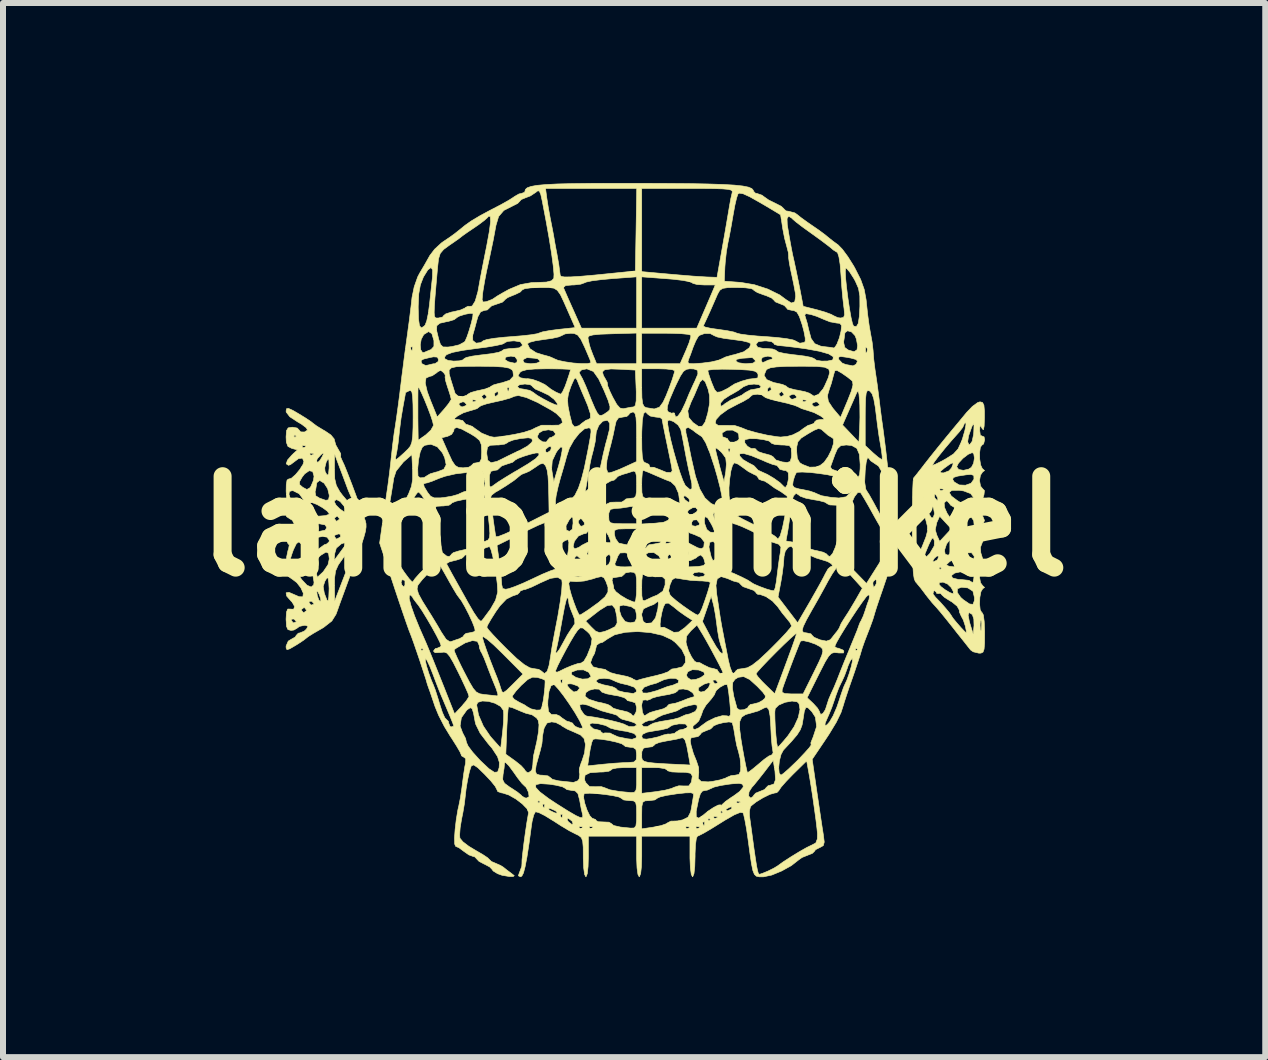
<source format=kicad_pcb>
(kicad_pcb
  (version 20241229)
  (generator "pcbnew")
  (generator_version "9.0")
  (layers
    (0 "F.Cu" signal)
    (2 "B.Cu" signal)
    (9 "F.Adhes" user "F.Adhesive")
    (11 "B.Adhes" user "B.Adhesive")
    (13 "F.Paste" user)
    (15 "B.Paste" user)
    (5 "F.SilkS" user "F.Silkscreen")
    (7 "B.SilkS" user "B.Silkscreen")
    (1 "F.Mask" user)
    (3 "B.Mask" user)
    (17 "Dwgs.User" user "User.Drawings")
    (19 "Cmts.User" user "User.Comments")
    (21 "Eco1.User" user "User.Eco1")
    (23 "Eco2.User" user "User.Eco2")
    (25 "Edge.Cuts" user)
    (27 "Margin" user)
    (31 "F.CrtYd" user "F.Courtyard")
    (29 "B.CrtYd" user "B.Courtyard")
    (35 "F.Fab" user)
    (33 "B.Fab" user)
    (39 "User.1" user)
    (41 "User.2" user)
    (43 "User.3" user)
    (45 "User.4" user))
  (footprint "lambdamikel"
    (layer "F.Cu")
    (at 7.518 5.721)
    (property "Reference" "lambdamikel" (at 0 0 0) (layer "F.SilkS") (effects (font (size 1.524 1.524) (thickness 0.3))))
    (attr through_hole)
    (fp_poly (pts (xy 5.807 -2.063) (xy 5.83 -2.018) (xy 5.839 -1.92) (xy 5.839 -1.81) (xy 5.834 -1.67) (xy 5.822 -1.609) (xy 5.802 -1.625) (xy 5.8 -1.63) (xy 5.774 -1.679) (xy 5.763 -1.656) (xy 5.76 -1.596) (xy 5.77 -1.517) (xy 5.8 -1.503) (xy 5.833 -1.49) (xy 5.842 -1.442) (xy 5.825 -1.372) (xy 5.8 -1.355) (xy 5.771 -1.318) (xy 5.759 -1.23) (xy 5.76 -1.12) (xy 5.776 -1.02) (xy 5.804 -0.96) (xy 5.81 -0.956) (xy 5.841 -0.928) (xy 5.81 -0.907) (xy 5.772 -0.85) (xy 5.757 -0.762) (xy 5.774 -0.669) (xy 5.81 -0.624) (xy 5.839 -0.595) (xy 5.831 -0.525) (xy 5.806 -0.446) (xy 5.772 -0.328) (xy 5.778 -0.243) (xy 5.806 -0.179) (xy 5.84 -0.097) (xy 5.824 -0.059) (xy 5.81 -0.053) (xy 5.765 -0.001) (xy 5.757 0.042) (xy 5.782 0.117) (xy 5.81 0.138) (xy 5.84 0.167) (xy 5.82 0.235) (xy 5.806 0.263) (xy 5.772 0.351) (xy 5.778 0.441) (xy 5.806 0.531) (xy 5.838 0.639) (xy 5.833 0.693) (xy 5.81 0.709) (xy 5.772 0.76) (xy 5.757 0.847) (xy 5.774 0.942) (xy 5.81 0.991) (xy 5.841 1.019) (xy 5.81 1.041) (xy 5.78 1.091) (xy 5.762 1.187) (xy 5.758 1.297) (xy 5.768 1.391) (xy 5.794 1.438) (xy 5.8 1.439) (xy 5.821 1.479) (xy 5.835 1.587) (xy 5.842 1.748) (xy 5.842 1.778) (xy 5.841 1.946) (xy 5.833 2.047) (xy 5.815 2.097) (xy 5.781 2.114) (xy 5.747 2.115) (xy 5.652 2.092) (xy 5.609 2.062) (xy 5.566 2.008) (xy 5.484 1.904) (xy 5.377 1.77) (xy 5.317 1.693) (xy 5.204 1.551) (xy 5.106 1.431) (xy 5.039 1.353) (xy 5.021 1.333) (xy 4.968 1.275) (xy 4.89 1.178) (xy 4.858 1.136) (xy 4.852 1.128) (xy 4.981 1.128) (xy 5.024 1.184) (xy 5.103 1.265) (xy 5.186 1.359) (xy 5.256 1.443) (xy 5.291 1.494) (xy 5.292 1.498) (xy 5.317 1.535) (xy 5.377 1.608) (xy 5.449 1.69) (xy 5.51 1.754) (xy 5.536 1.776) (xy 5.536 1.742) (xy 5.52 1.662) (xy 5.487 1.562) (xy 5.456 1.505) (xy 5.444 1.48) (xy 5.567 1.48) (xy 5.588 1.59) (xy 5.6 1.632) (xy 5.652 1.799) (xy 5.665 1.656) (xy 5.665 1.651) (xy 5.767 1.651) (xy 5.772 1.728) (xy 5.783 1.737) (xy 5.787 1.725) (xy 5.793 1.618) (xy 5.787 1.577) (xy 5.774 1.564) (xy 5.768 1.622) (xy 5.767 1.651) (xy 5.665 1.651) (xy 5.662 1.546) (xy 5.637 1.471) (xy 5.634 1.469) (xy 5.583 1.438) (xy 5.567 1.48) (xy 5.444 1.48) (xy 5.422 1.43) (xy 5.419 1.395) (xy 5.384 1.332) (xy 5.299 1.262) (xy 5.271 1.246) (xy 5.177 1.187) (xy 5.125 1.14) (xy 5.122 1.131) (xy 5.096 1.115) (xy 5.08 1.122) (xy 5.041 1.117) (xy 5.038 1.101) (xy 5.011 1.074) (xy 4.992 1.081) (xy 4.981 1.128) (xy 4.852 1.128) (xy 4.776 1.028) (xy 4.723 0.964) (xy 5.08 0.964) (xy 5.111 1.003) (xy 5.182 1.057) (xy 5.262 1.105) (xy 5.318 1.125) (xy 5.326 1.123) (xy 5.321 1.101) (xy 5.385 1.101) (xy 5.442 1.184) (xy 5.488 1.225) (xy 5.591 1.295) (xy 5.648 1.301) (xy 5.671 1.24) (xy 5.673 1.19) (xy 5.647 1.082) (xy 5.562 1.027) (xy 5.458 1.016) (xy 5.39 1.04) (xy 5.385 1.101) (xy 5.321 1.101) (xy 5.317 1.081) (xy 5.284 1.02) (xy 5.224 0.962) (xy 5.15 0.931) (xy 5.093 0.937) (xy 5.08 0.964) (xy 4.723 0.964) (xy 4.706 0.943) (xy 4.689 0.924) (xy 4.669 0.877) (xy 4.66 0.822) (xy 5.288 0.822) (xy 5.307 0.862) (xy 5.403 0.886) (xy 5.461 0.889) (xy 5.58 0.901) (xy 5.635 0.935) (xy 5.637 0.942) (xy 5.646 0.945) (xy 5.66 0.88) (xy 5.661 0.875) (xy 5.67 0.785) (xy 5.665 0.744) (xy 5.619 0.741) (xy 5.518 0.748) (xy 5.472 0.752) (xy 5.343 0.78) (xy 5.288 0.822) (xy 4.66 0.822) (xy 4.654 0.779) (xy 4.649 0.699) (xy 5.08 0.699) (xy 5.101 0.72) (xy 5.122 0.699) (xy 5.101 0.677) (xy 5.08 0.699) (xy 4.649 0.699) (xy 4.645 0.645) (xy 5.207 0.645) (xy 5.245 0.665) (xy 5.338 0.677) (xy 5.376 0.677) (xy 5.482 0.668) (xy 5.541 0.644) (xy 5.546 0.635) (xy 5.58 0.597) (xy 5.609 0.593) (xy 5.662 0.563) (xy 5.668 0.499) (xy 5.624 0.441) (xy 5.565 0.443) (xy 5.466 0.478) (xy 5.354 0.531) (xy 5.259 0.589) (xy 5.209 0.637) (xy 5.207 0.645) (xy 4.645 0.645) (xy 4.644 0.621) (xy 4.643 0.581) (xy 4.977 0.581) (xy 4.991 0.593) (xy 5.05 0.562) (xy 5.061 0.548) (xy 5.078 0.495) (xy 5.046 0.497) (xy 5.004 0.533) (xy 4.977 0.581) (xy 4.643 0.581) (xy 4.638 0.397) (xy 4.636 0.096) (xy 4.636 0.042) (xy 4.636 0.013) (xy 4.701 0.013) (xy 4.701 0.042) (xy 4.703 0.572) (xy 4.722 0.526) (xy 4.834 0.526) (xy 4.86 0.523) (xy 4.928 0.454) (xy 4.959 0.401) (xy 5.173 0.401) (xy 5.185 0.465) (xy 5.233 0.482) (xy 5.262 0.464) (xy 5.338 0.404) (xy 5.392 0.366) (xy 5.446 0.312) (xy 5.435 0.245) (xy 5.421 0.215) (xy 5.378 0.15) (xy 5.334 0.155) (xy 5.289 0.193) (xy 5.208 0.295) (xy 5.173 0.401) (xy 4.959 0.401) (xy 5.002 0.327) (xy 5.005 0.243) (xy 4.986 0.195) (xy 4.962 0.206) (xy 4.921 0.286) (xy 4.906 0.319) (xy 4.849 0.458) (xy 4.834 0.526) (xy 4.722 0.526) (xy 4.809 0.318) (xy 4.865 0.176) (xy 4.89 0.08) (xy 4.889 0.057) (xy 5.019 0.057) (xy 5.045 0.147) (xy 5.093 0.252) (xy 5.288 0.042) (xy 5.276 0.03) (xy 5.432 0.03) (xy 5.451 0.087) (xy 5.503 0.148) (xy 5.588 0.22) (xy 5.642 0.215) (xy 5.668 0.133) (xy 5.673 0.042) (xy 5.66 -0.094) (xy 5.621 -0.15) (xy 5.554 -0.126) (xy 5.465 -0.031) (xy 5.432 0.03) (xy 5.276 0.03) (xy 5.19 -0.063) (xy 5.093 -0.168) (xy 5.045 -0.063) (xy 5.019 0.057) (xy 4.889 0.057) (xy 4.887 -0.006) (xy 4.859 -0.115) (xy 4.848 -0.148) (xy 4.795 -0.308) (xy 4.756 -0.397) (xy 4.729 -0.412) (xy 4.712 -0.35) (xy 4.704 -0.21) (xy 4.701 0.013) (xy 4.636 0.013) (xy 4.637 -0.213) (xy 4.64 -0.439) (xy 4.641 -0.487) (xy 4.815 -0.487) (xy 4.864 -0.392) (xy 4.893 -0.321) (xy 4.889 -0.296) (xy 4.887 -0.265) (xy 4.911 -0.212) (xy 4.957 -0.139) (xy 4.985 -0.145) (xy 5.007 -0.209) (xy 4.99 -0.305) (xy 4.921 -0.389) (xy 4.917 -0.392) (xy 5.168 -0.392) (xy 5.173 -0.315) (xy 5.218 -0.214) (xy 5.259 -0.155) (xy 5.324 -0.081) (xy 5.365 -0.068) (xy 5.405 -0.11) (xy 5.407 -0.112) (xy 5.451 -0.186) (xy 5.461 -0.221) (xy 5.427 -0.262) (xy 5.355 -0.304) (xy 5.277 -0.351) (xy 5.249 -0.388) (xy 5.217 -0.422) (xy 5.207 -0.423) (xy 5.168 -0.392) (xy 4.917 -0.392) (xy 4.816 -0.486) (xy 5.006 -0.486) (xy 5.015 -0.468) (xy 5.055 -0.425) (xy 5.063 -0.456) (xy 5.052 -0.489) (xy 5.021 -0.535) (xy 5.007 -0.534) (xy 5.006 -0.486) (xy 4.816 -0.486) (xy 4.815 -0.487) (xy 4.641 -0.487) (xy 4.643 -0.565) (xy 5.252 -0.565) (xy 5.287 -0.504) (xy 5.387 -0.428) (xy 5.493 -0.364) (xy 5.555 -0.345) (xy 5.599 -0.367) (xy 5.63 -0.402) (xy 5.657 -0.48) (xy 5.609 -0.545) (xy 5.492 -0.589) (xy 5.417 -0.6) (xy 5.296 -0.598) (xy 5.252 -0.565) (xy 4.643 -0.565) (xy 4.644 -0.621) (xy 5.094 -0.621) (xy 5.1 -0.596) (xy 5.122 -0.593) (xy 5.157 -0.608) (xy 5.151 -0.621) (xy 5.1 -0.626) (xy 5.094 -0.621) (xy 4.644 -0.621) (xy 4.644 -0.621) (xy 4.65 -0.747) (xy 4.654 -0.78) (xy 5.309 -0.78) (xy 5.336 -0.738) (xy 5.419 -0.689) (xy 5.523 -0.684) (xy 5.616 -0.717) (xy 5.664 -0.785) (xy 5.664 -0.787) (xy 5.662 -0.846) (xy 5.616 -0.864) (xy 5.537 -0.858) (xy 5.394 -0.836) (xy 5.322 -0.813) (xy 5.309 -0.78) (xy 4.654 -0.78) (xy 4.657 -0.803) (xy 4.658 -0.804) (xy 4.694 -0.847) (xy 4.73 -0.893) (xy 5.103 -0.893) (xy 5.157 -0.889) (xy 5.247 -0.923) (xy 5.292 -0.974) (xy 5.299 -0.992) (xy 5.376 -0.992) (xy 5.41 -0.946) (xy 5.488 -0.932) (xy 5.576 -0.952) (xy 5.622 -0.982) (xy 5.658 -1.05) (xy 5.672 -1.137) (xy 5.661 -1.208) (xy 5.636 -1.228) (xy 5.567 -1.199) (xy 5.48 -1.132) (xy 5.407 -1.053) (xy 5.376 -0.992) (xy 5.299 -0.992) (xy 5.317 -1.039) (xy 5.31 -1.058) (xy 5.262 -1.035) (xy 5.181 -0.977) (xy 5.176 -0.974) (xy 5.107 -0.916) (xy 5.103 -0.893) (xy 4.73 -0.893) (xy 4.764 -0.936) (xy 4.826 -1.016) (xy 4.832 -1.024) (xy 4.974 -1.024) (xy 4.975 -1.016) (xy 5.025 -1.035) (xy 5.124 -1.084) (xy 5.201 -1.127) (xy 5.323 -1.205) (xy 5.4 -1.29) (xy 5.454 -1.408) (xy 5.559 -1.408) (xy 5.579 -1.363) (xy 5.597 -1.364) (xy 5.634 -1.416) (xy 5.657 -1.525) (xy 5.661 -1.57) (xy 5.665 -1.678) (xy 5.658 -1.711) (xy 5.637 -1.677) (xy 5.626 -1.651) (xy 5.575 -1.508) (xy 5.559 -1.408) (xy 5.454 -1.408) (xy 5.457 -1.414) (xy 5.476 -1.469) (xy 5.513 -1.598) (xy 5.531 -1.692) (xy 5.528 -1.725) (xy 5.505 -1.719) (xy 5.503 -1.707) (xy 5.477 -1.648) (xy 5.413 -1.565) (xy 5.408 -1.56) (xy 5.293 -1.431) (xy 5.179 -1.297) (xy 5.081 -1.175) (xy 5.008 -1.079) (xy 4.974 -1.024) (xy 4.832 -1.024) (xy 4.929 -1.148) (xy 5.058 -1.309) (xy 5.184 -1.464) (xy 5.311 -1.618) (xy 5.44 -1.773) (xy 5.542 -1.897) (xy 5.543 -1.898) (xy 5.638 -1.997) (xy 5.725 -2.061) (xy 5.765 -2.074) (xy 5.807 -2.063)) (stroke (width 0.01) (type solid)) (fill yes) (layer "F.SilkS"))
    (fp_poly (pts (xy -5.683 -1.929) (xy -5.599 -1.88) (xy -5.478 -1.806) (xy -5.384 -1.743) (xy -5.352 -1.717) (xy -5.287 -1.669) (xy -5.183 -1.606) (xy -5.151 -1.588) (xy -5.054 -1.522) (xy -4.999 -1.456) (xy -4.995 -1.439) (xy -4.972 -1.356) (xy -4.929 -1.279) (xy -4.89 -1.211) (xy -4.889 -1.185) (xy -4.891 -1.154) (xy -4.866 -1.096) (xy -4.83 -1.019) (xy -4.776 -0.885) (xy -4.699 -0.686) (xy -4.599 -0.417) (xy -4.502 -0.154) (xy -4.481 -0.096) (xy -4.468 -0.044) (xy -4.467 0.013) (xy -4.478 0.087) (xy -4.506 0.19) (xy -4.554 0.332) (xy -4.624 0.527) (xy -4.719 0.785) (xy -4.765 0.91) (xy -4.835 1.101) (xy -4.899 1.275) (xy -4.947 1.41) (xy -4.967 1.465) (xy -5.038 1.579) (xy -5.176 1.687) (xy -5.226 1.716) (xy -5.346 1.785) (xy -5.432 1.839) (xy -5.461 1.862) (xy -5.507 1.898) (xy -5.599 1.959) (xy -5.641 1.985) (xy -5.739 2.042) (xy -5.785 2.057) (xy -5.799 2.029) (xy -5.8 1.996) (xy -5.764 1.914) (xy -5.715 1.884) (xy -5.647 1.846) (xy -5.63 1.817) (xy -5.596 1.782) (xy -5.572 1.778) (xy -5.498 1.748) (xy -5.461 1.714) (xy -5.434 1.666) (xy -5.478 1.651) (xy -5.496 1.651) (xy -5.579 1.669) (xy -5.609 1.693) (xy -5.669 1.729) (xy -5.717 1.736) (xy -5.769 1.722) (xy -5.793 1.668) (xy -5.799 1.564) (xy -5.715 1.564) (xy -5.684 1.607) (xy -5.673 1.609) (xy -5.631 1.594) (xy -5.63 1.59) (xy -5.66 1.554) (xy -5.673 1.545) (xy -5.712 1.549) (xy -5.715 1.564) (xy -5.799 1.564) (xy -5.8 1.551) (xy -5.8 1.546) (xy -5.793 1.428) (xy -5.779 1.397) (xy -5.546 1.397) (xy -5.513 1.438) (xy -5.503 1.439) (xy -5.462 1.407) (xy -5.461 1.397) (xy -5.493 1.356) (xy -5.503 1.355) (xy -5.544 1.387) (xy -5.546 1.397) (xy -5.779 1.397) (xy -5.771 1.379) (xy -5.74 1.38) (xy -5.674 1.383) (xy -5.658 1.338) (xy -5.696 1.268) (xy -5.419 1.268) (xy -5.388 1.311) (xy -5.376 1.312) (xy -5.335 1.298) (xy -5.334 1.294) (xy -5.364 1.258) (xy -5.376 1.249) (xy -5.415 1.252) (xy -5.419 1.268) (xy -5.696 1.268) (xy -5.697 1.267) (xy -5.716 1.248) (xy -5.79 1.163) (xy -5.8 1.109) (xy -5.752 1.101) (xy -5.675 1.134) (xy -5.583 1.174) (xy -5.524 1.176) (xy -5.52 1.174) (xy -5.513 1.115) (xy -5.526 1.087) (xy -5.289 1.087) (xy -5.28 1.158) (xy -5.254 1.228) (xy -5.227 1.259) (xy -5.222 1.257) (xy -5.223 1.21) (xy -5.246 1.139) (xy -5.276 1.081) (xy -5.289 1.087) (xy -5.526 1.087) (xy -5.553 1.027) (xy -5.621 0.939) (xy -5.701 0.878) (xy -5.704 0.877) (xy -5.765 0.834) (xy -5.793 0.76) (xy -5.794 0.748) (xy -5.607 0.748) (xy -5.596 0.804) (xy -5.54 0.888) (xy -5.452 0.982) (xy -5.381 1.013) (xy -5.371 1.004) (xy -5.182 1.004) (xy -5.164 1.11) (xy -5.153 1.143) (xy -5.118 1.232) (xy -5.101 1.246) (xy -5.09 1.19) (xy -5.088 1.17) (xy -5.083 1.037) (xy -5.086 0.985) (xy -4.993 0.985) (xy -4.991 1.249) (xy -4.885 0.974) (xy -4.816 0.795) (xy -4.745 0.613) (xy -4.699 0.495) (xy -4.656 0.37) (xy -4.651 0.317) (xy -4.688 0.334) (xy -4.767 0.422) (xy -4.842 0.519) (xy -4.929 0.642) (xy -4.975 0.744) (xy -4.992 0.863) (xy -4.993 0.985) (xy -5.086 0.985) (xy -5.088 0.942) (xy -5.1 0.863) (xy -5.12 0.862) (xy -5.153 0.915) (xy -5.182 1.004) (xy -5.371 1.004) (xy -5.34 0.977) (xy -5.334 0.933) (xy -5.351 0.834) (xy -5.391 0.73) (xy -5.419 0.685) (xy -5.313 0.685) (xy -5.307 0.716) (xy -5.28 0.851) (xy -5.18 0.757) (xy -5.101 0.64) (xy -5.086 0.572) (xy -5.001 0.572) (xy -4.893 0.426) (xy -4.826 0.334) (xy -4.787 0.276) (xy -4.784 0.268) (xy -4.817 0.272) (xy -4.879 0.292) (xy -4.963 0.364) (xy -4.988 0.449) (xy -5.001 0.572) (xy -5.086 0.572) (xy -5.08 0.543) (xy -5.092 0.45) (xy -5.135 0.43) (xy -5.218 0.481) (xy -5.243 0.502) (xy -5.307 0.583) (xy -5.313 0.685) (xy -5.419 0.685) (xy -5.439 0.654) (xy -5.471 0.635) (xy -5.529 0.662) (xy -5.572 0.697) (xy -5.607 0.748) (xy -5.794 0.748) (xy -5.798 0.65) (xy -5.753 0.65) (xy -5.735 0.675) (xy -5.715 0.677) (xy -5.674 0.647) (xy -5.673 0.638) (xy -5.638 0.595) (xy -5.588 0.572) (xy -5.522 0.512) (xy -5.505 0.411) (xy -5.532 0.333) (xy -5.432 0.333) (xy -5.429 0.345) (xy -5.381 0.413) (xy -5.303 0.41) (xy -5.234 0.36) (xy -5.163 0.308) (xy -5.125 0.296) (xy -5.085 0.262) (xy -5.08 0.233) (xy -5.117 0.182) (xy -5.186 0.169) (xy -4.995 0.169) (xy -4.965 0.21) (xy -4.955 0.212) (xy -4.898 0.181) (xy -4.889 0.169) (xy -4.899 0.133) (xy -4.929 0.127) (xy -4.987 0.149) (xy -4.995 0.169) (xy -5.186 0.169) (xy -5.317 0.192) (xy -5.406 0.251) (xy -5.432 0.333) (xy -5.532 0.333) (xy -5.543 0.299) (xy -5.544 0.298) (xy -5.586 0.26) (xy -5.628 0.289) (xy -5.678 0.392) (xy -5.701 0.456) (xy -5.742 0.583) (xy -5.753 0.65) (xy -5.798 0.65) (xy -5.799 0.639) (xy -5.79 0.507) (xy -5.769 0.406) (xy -5.759 0.382) (xy -5.747 0.311) (xy -5.77 0.286) (xy -5.788 0.244) (xy -5.733 0.179) (xy -5.724 0.171) (xy -5.655 0.086) (xy -5.654 0.055) (xy -5.527 0.055) (xy -5.497 0.111) (xy -5.432 0.109) (xy -5.344 0.091) (xy -5.246 0.085) (xy -5.148 0.065) (xy -5.122 0.021) (xy -5.15 -0.023) (xy -5.243 -0.041) (xy -5.292 -0.042) (xy -5.411 -0.055) (xy -5.463 -0.089) (xy -5.464 -0.095) (xy -5.478 -0.103) (xy -5.506 -0.049) (xy -5.527 0.055) (xy -5.654 0.055) (xy -5.654 -0.014) (xy -5.655 -0.019) (xy -5.695 -0.099) (xy -5.741 -0.127) (xy -4.995 -0.127) (xy -4.963 -0.086) (xy -4.953 -0.085) (xy -4.912 -0.117) (xy -4.911 -0.127) (xy -4.943 -0.168) (xy -4.953 -0.169) (xy -4.994 -0.137) (xy -4.995 -0.127) (xy -5.741 -0.127) (xy -5.793 -0.161) (xy -5.8 -0.191) (xy -5.772 -0.247) (xy -5.749 -0.254) (xy -5.719 -0.266) (xy -5.749 -0.305) (xy -5.774 -0.364) (xy -5.791 -0.466) (xy -5.796 -0.533) (xy -5.752 -0.533) (xy -5.721 -0.434) (xy -5.692 -0.362) (xy -5.63 -0.255) (xy -5.57 -0.229) (xy -5.535 -0.268) (xy -5.419 -0.268) (xy -5.408 -0.204) (xy -5.361 -0.176) (xy -5.254 -0.169) (xy -5.249 -0.169) (xy -5.143 -0.178) (xy -5.084 -0.199) (xy -5.08 -0.207) (xy -5.113 -0.252) (xy -5.19 -0.309) (xy -5.283 -0.362) (xy -5.362 -0.393) (xy -5.394 -0.392) (xy -5.413 -0.334) (xy -5.419 -0.268) (xy -5.535 -0.268) (xy -5.521 -0.284) (xy -5.502 -0.342) (xy -5.509 -0.406) (xy -4.995 -0.406) (xy -4.968 -0.353) (xy -4.905 -0.29) (xy -4.836 -0.241) (xy -4.791 -0.233) (xy -4.791 -0.233) (xy -4.8 -0.274) (xy -4.833 -0.334) (xy -4.898 -0.412) (xy -4.959 -0.445) (xy -4.993 -0.424) (xy -4.995 -0.406) (xy -5.509 -0.406) (xy -5.514 -0.448) (xy -5.582 -0.542) (xy -5.648 -0.575) (xy -5.317 -0.575) (xy -5.306 -0.508) (xy -5.243 -0.469) (xy -5.14 -0.433) (xy -5.093 -0.441) (xy -5.081 -0.498) (xy -5.081 -0.519) (xy -5.107 -0.627) (xy -5.166 -0.718) (xy -5.237 -0.762) (xy -5.243 -0.762) (xy -5.287 -0.728) (xy -5.292 -0.702) (xy -5.307 -0.609) (xy -5.317 -0.575) (xy -5.648 -0.575) (xy -5.68 -0.591) (xy -5.7 -0.593) (xy -5.745 -0.58) (xy -5.752 -0.533) (xy -5.796 -0.533) (xy -5.799 -0.584) (xy -5.797 -0.693) (xy -5.789 -0.74) (xy -5.578 -0.74) (xy -5.574 -0.694) (xy -5.523 -0.65) (xy -5.454 -0.613) (xy -5.406 -0.639) (xy -5.387 -0.663) (xy -5.344 -0.765) (xy -5.334 -0.834) (xy -5.357 -0.913) (xy -5.415 -0.926) (xy -5.49 -0.874) (xy -5.532 -0.82) (xy -5.578 -0.74) (xy -5.789 -0.74) (xy -5.784 -0.769) (xy -5.761 -0.786) (xy -5.713 -0.799) (xy -5.642 -0.861) (xy -5.57 -0.948) (xy -5.555 -0.973) (xy -5.156 -0.973) (xy -5.15 -0.913) (xy -5.116 -0.852) (xy -5.092 -0.871) (xy -5.085 -0.95) (xy -4.994 -0.95) (xy -4.989 -0.792) (xy -4.963 -0.681) (xy -4.905 -0.577) (xy -4.859 -0.516) (xy -4.756 -0.394) (xy -4.688 -0.341) (xy -4.658 -0.359) (xy -4.657 -0.374) (xy -4.683 -0.435) (xy -4.686 -0.438) (xy -4.719 -0.495) (xy -4.762 -0.594) (xy -4.766 -0.604) (xy -4.81 -0.722) (xy -4.868 -0.877) (xy -4.905 -0.974) (xy -4.992 -1.206) (xy -4.994 -0.95) (xy -5.085 -0.95) (xy -5.083 -0.968) (xy -5.083 -1.005) (xy -5.087 -1.103) (xy -5.099 -1.124) (xy -5.127 -1.08) (xy -5.131 -1.071) (xy -5.156 -0.973) (xy -5.555 -0.973) (xy -5.517 -1.033) (xy -5.503 -1.083) (xy -5.509 -1.095) (xy -5.292 -1.095) (xy -5.276 -1.059) (xy -5.236 -1.097) (xy -5.202 -1.154) (xy -5.171 -1.218) (xy -5.187 -1.218) (xy -5.221 -1.191) (xy -5.278 -1.128) (xy -5.292 -1.095) (xy -5.509 -1.095) (xy -5.529 -1.136) (xy -5.593 -1.128) (xy -5.658 -1.079) (xy -5.726 -1.028) (xy -5.76 -1.016) (xy -5.798 -1.041) (xy -5.776 -1.104) (xy -5.705 -1.185) (xy -5.675 -1.214) (xy -5.405 -1.214) (xy -5.399 -1.188) (xy -5.376 -1.185) (xy -5.341 -1.201) (xy -5.348 -1.214) (xy -5.398 -1.219) (xy -5.405 -1.214) (xy -5.675 -1.214) (xy -5.611 -1.273) (xy -5.705 -1.298) (xy -5.769 -1.331) (xy -5.773 -1.341) (xy -5.532 -1.341) (xy -5.526 -1.315) (xy -5.503 -1.312) (xy -5.468 -1.328) (xy -5.475 -1.341) (xy -5.525 -1.346) (xy -5.532 -1.341) (xy -5.773 -1.341) (xy -5.796 -1.402) (xy -5.8 -1.487) (xy -5.799 -1.503) (xy -5.673 -1.503) (xy -5.652 -1.482) (xy -5.63 -1.503) (xy -5.652 -1.524) (xy -5.673 -1.503) (xy -5.799 -1.503) (xy -5.793 -1.594) (xy -5.765 -1.64) (xy -5.697 -1.651) (xy -5.694 -1.651) (xy -5.614 -1.637) (xy -5.588 -1.609) (xy -5.557 -1.573) (xy -5.493 -1.571) (xy -5.443 -1.603) (xy -5.464 -1.642) (xy -5.542 -1.701) (xy -5.61 -1.741) (xy -5.738 -1.825) (xy -5.797 -1.902) (xy -5.8 -1.92) (xy -5.792 -1.96) (xy -5.759 -1.964) (xy -5.683 -1.929)) (stroke (width 0.01) (type solid)) (fill yes) (layer "F.SilkS"))
    (fp_poly (pts (xy 0.066 -5.716) (xy 0.53 -5.714) (xy 0.915 -5.711) (xy 1.23 -5.705) (xy 1.479 -5.697) (xy 1.671 -5.686) (xy 1.811 -5.671) (xy 1.906 -5.652) (xy 1.962 -5.628) (xy 1.987 -5.599) (xy 1.99 -5.584) (xy 2.024 -5.55) (xy 2.05 -5.546) (xy 2.131 -5.518) (xy 2.167 -5.491) (xy 2.244 -5.437) (xy 2.354 -5.383) (xy 2.36 -5.38) (xy 2.452 -5.333) (xy 2.497 -5.291) (xy 2.498 -5.287) (xy 2.533 -5.256) (xy 2.579 -5.249) (xy 2.678 -5.223) (xy 2.717 -5.196) (xy 2.783 -5.143) (xy 2.891 -5.065) (xy 2.962 -5.016) (xy 3.084 -4.932) (xy 3.186 -4.856) (xy 3.222 -4.826) (xy 3.312 -4.754) (xy 3.401 -4.689) (xy 3.471 -4.617) (xy 3.562 -4.494) (xy 3.657 -4.343) (xy 3.678 -4.306) (xy 3.776 -4.113) (xy 3.835 -3.947) (xy 3.867 -3.773) (xy 3.874 -3.703) (xy 3.894 -3.518) (xy 3.919 -3.336) (xy 3.94 -3.217) (xy 3.967 -3.069) (xy 3.983 -2.931) (xy 3.985 -2.9) (xy 3.994 -2.784) (xy 4.013 -2.629) (xy 4.026 -2.54) (xy 4.052 -2.364) (xy 4.075 -2.186) (xy 4.084 -2.117) (xy 4.102 -1.968) (xy 4.126 -1.783) (xy 4.145 -1.651) (xy 4.167 -1.485) (xy 4.194 -1.27) (xy 4.22 -1.041) (xy 4.232 -0.931) (xy 4.257 -0.719) (xy 4.283 -0.513) (xy 4.308 -0.344) (xy 4.319 -0.275) (xy 4.363 -0.017) (xy 4.383 0.174) (xy 4.379 0.314) (xy 4.356 0.411) (xy 4.318 0.519) (xy 4.295 0.593) (xy 4.275 0.659) (xy 4.234 0.783) (xy 4.179 0.945) (xy 4.148 1.037) (xy 4.088 1.21) (xy 4.039 1.356) (xy 4.008 1.456) (xy 4.001 1.482) (xy 3.979 1.554) (xy 3.935 1.675) (xy 3.895 1.778) (xy 3.842 1.915) (xy 3.803 2.026) (xy 3.788 2.074) (xy 3.769 2.14) (xy 3.728 2.265) (xy 3.674 2.427) (xy 3.642 2.519) (xy 3.582 2.691) (xy 3.533 2.838) (xy 3.501 2.937) (xy 3.494 2.963) (xy 3.448 3.105) (xy 3.37 3.266) (xy 3.25 3.464) (xy 3.178 3.573) (xy 2.968 3.884) (xy 3.047 4.429) (xy 3.08 4.652) (xy 3.111 4.862) (xy 3.137 5.034) (xy 3.155 5.147) (xy 3.155 5.15) (xy 3.169 5.263) (xy 3.153 5.322) (xy 3.102 5.351) (xy 3.095 5.354) (xy 3.024 5.39) (xy 3.006 5.417) (xy 2.97 5.452) (xy 2.903 5.478) (xy 2.799 5.52) (xy 2.744 5.559) (xy 2.62 5.656) (xy 2.459 5.745) (xy 2.294 5.813) (xy 2.158 5.842) (xy 2.148 5.842) (xy 2.084 5.842) (xy 2.038 5.832) (xy 2.005 5.801) (xy 1.979 5.736) (xy 1.956 5.624) (xy 1.931 5.454) (xy 1.899 5.218) (xy 1.873 5.04) (xy 1.846 4.893) (xy 1.824 4.797) (xy 1.815 4.776) (xy 1.771 4.768) (xy 1.672 4.808) (xy 1.515 4.898) (xy 1.44 4.945) (xy 1.287 5.04) (xy 1.161 5.114) (xy 1.077 5.157) (xy 1.055 5.165) (xy 1.037 5.204) (xy 1.023 5.307) (xy 1.016 5.455) (xy 1.016 5.503) (xy 1.011 5.671) (xy 0.998 5.789) (xy 0.977 5.841) (xy 0.974 5.842) (xy 0.953 5.802) (xy 0.938 5.694) (xy 0.931 5.534) (xy 0.931 5.503) (xy 0.931 5.165) (xy 0.127 5.165) (xy 0.127 5.503) (xy 0.122 5.671) (xy 0.109 5.789) (xy 0.088 5.841) (xy 0.085 5.842) (xy 0.064 5.802) (xy 0.049 5.694) (xy 0.042 5.534) (xy 0.042 5.503) (xy 0.042 5.165) (xy -0.762 5.165) (xy -0.762 5.503) (xy -0.767 5.671) (xy -0.78 5.789) (xy -0.801 5.841) (xy -0.804 5.842) (xy -0.825 5.802) (xy -0.84 5.695) (xy -0.847 5.536) (xy -0.847 5.514) (xy -0.848 5.348) (xy -0.857 5.247) (xy -0.879 5.189) (xy -0.923 5.153) (xy -0.975 5.128) (xy -1.077 5.076) (xy -1.188 5.009) (xy -0.917 5.009) (xy -0.911 5.035) (xy -0.889 5.038) (xy -0.854 5.022) (xy -0.861 5.009) (xy -0.748 5.009) (xy -0.742 5.035) (xy -0.72 5.038) (xy -0.685 5.022) (xy -0.691 5.009) (xy -0.742 5.004) (xy -0.748 5.009) (xy -0.861 5.009) (xy -0.911 5.004) (xy -0.917 5.009) (xy -1.188 5.009) (xy -1.216 4.993) (xy -1.355 4.903) (xy -1.373 4.893) (xy -1.116 4.893) (xy -1.092 4.928) (xy -1.036 4.97) (xy -1.017 4.955) (xy -1.035 4.913) (xy -1.09 4.871) (xy -1.105 4.868) (xy -1.116 4.893) (xy -1.373 4.893) (xy -1.481 4.826) (xy -1.228 4.826) (xy -1.212 4.861) (xy -1.199 4.854) (xy -1.194 4.804) (xy -1.199 4.798) (xy -1.225 4.804) (xy -1.228 4.826) (xy -1.481 4.826) (xy -1.484 4.824) (xy -1.587 4.772) (xy -1.643 4.758) (xy -1.645 4.759) (xy -1.673 4.812) (xy -1.7 4.919) (xy -1.71 4.984) (xy -1.751 5.287) (xy -1.786 5.515) (xy -1.817 5.676) (xy -1.844 5.778) (xy -1.871 5.83) (xy -1.893 5.842) (xy -1.929 5.825) (xy -1.908 5.763) (xy -1.905 5.757) (xy -1.872 5.667) (xy -1.869 5.619) (xy -1.868 5.559) (xy -1.855 5.439) (xy -1.836 5.279) (xy -1.812 5.104) (xy -1.787 4.936) (xy -1.763 4.797) (xy -1.758 4.773) (xy -1.78 4.718) (xy -1.426 4.718) (xy -1.397 4.741) (xy -1.32 4.777) (xy -1.291 4.782) (xy -1.284 4.765) (xy -1.312 4.741) (xy -1.39 4.706) (xy -1.418 4.7) (xy -1.426 4.718) (xy -1.78 4.718) (xy -1.783 4.709) (xy -1.834 4.657) (xy -1.524 4.657) (xy -1.509 4.692) (xy -1.496 4.685) (xy -1.491 4.635) (xy -1.496 4.628) (xy -1.521 4.634) (xy -1.524 4.657) (xy -1.834 4.657) (xy -1.862 4.628) (xy -1.907 4.593) (xy -1.609 4.593) (xy -1.587 4.614) (xy -1.566 4.593) (xy -1.587 4.572) (xy -1.609 4.593) (xy -1.907 4.593) (xy -1.971 4.545) (xy -2.087 4.479) (xy -2.188 4.446) (xy -2.203 4.445) (xy -2.271 4.422) (xy -2.286 4.39) (xy -2.314 4.335) (xy -2.389 4.242) (xy -2.408 4.222) (xy -2.191 4.222) (xy -2.16 4.283) (xy -2.072 4.348) (xy -2.047 4.363) (xy -1.945 4.43) (xy -1.88 4.483) (xy -1.87 4.496) (xy -1.821 4.526) (xy -1.793 4.53) (xy -1.75 4.507) (xy -1.76 4.434) (xy -1.797 4.354) (xy -1.8 4.351) (xy -1.641 4.351) (xy -1.571 4.427) (xy -1.425 4.537) (xy -1.281 4.632) (xy -1.095 4.749) (xy -0.969 4.822) (xy -0.894 4.856) (xy -0.859 4.855) (xy -0.855 4.821) (xy -0.861 4.794) (xy -0.882 4.704) (xy -0.905 4.579) (xy -0.908 4.561) (xy -0.92 4.518) (xy -0.842 4.518) (xy -0.822 4.618) (xy -0.784 4.73) (xy -0.739 4.823) (xy -0.697 4.868) (xy -0.693 4.868) (xy -0.64 4.888) (xy -0.635 4.903) (xy -0.598 4.924) (xy -0.51 4.928) (xy -0.508 4.928) (xy -0.419 4.932) (xy -0.381 4.954) (xy -0.381 4.954) (xy -0.341 4.987) (xy -0.227 5.013) (xy -0.053 5.031) (xy 0.002 5.028) (xy 0.03 4.994) (xy 0.041 4.911) (xy 0.042 4.807) (xy 0.127 4.807) (xy 0.127 5.043) (xy 0.328 5.013) (xy 0.347 5.009) (xy 0.861 5.009) (xy 0.867 5.035) (xy 0.889 5.038) (xy 0.924 5.022) (xy 0.917 5.009) (xy 1.03 5.009) (xy 1.036 5.035) (xy 1.058 5.038) (xy 1.093 5.022) (xy 1.087 5.009) (xy 1.036 5.004) (xy 1.03 5.009) (xy 0.917 5.009) (xy 0.867 5.004) (xy 0.861 5.009) (xy 0.347 5.009) (xy 0.451 4.988) (xy 0.536 4.958) (xy 0.543 4.953) (xy 1.143 4.953) (xy 1.158 4.988) (xy 1.171 4.981) (xy 1.176 4.931) (xy 1.171 4.925) (xy 1.146 4.931) (xy 1.143 4.953) (xy 0.543 4.953) (xy 0.555 4.944) (xy 0.614 4.914) (xy 0.64 4.914) (xy 0.723 4.911) (xy 0.814 4.892) (xy 0.819 4.889) (xy 1.228 4.889) (xy 1.249 4.911) (xy 1.27 4.889) (xy 1.249 4.868) (xy 1.228 4.889) (xy 0.819 4.889) (xy 0.898 4.849) (xy 0.942 4.763) (xy 0.944 4.752) (xy 1.035 4.752) (xy 1.036 4.844) (xy 1.078 4.864) (xy 1.113 4.84) (xy 1.326 4.84) (xy 1.332 4.865) (xy 1.355 4.868) (xy 1.39 4.853) (xy 1.383 4.84) (xy 1.333 4.835) (xy 1.326 4.84) (xy 1.113 4.84) (xy 1.151 4.815) (xy 1.214 4.763) (xy 1.439 4.763) (xy 1.46 4.784) (xy 1.482 4.763) (xy 1.467 4.748) (xy 1.921 4.748) (xy 1.923 4.825) (xy 1.966 5.136) (xy 1.998 5.372) (xy 2.023 5.544) (xy 2.042 5.663) (xy 2.057 5.738) (xy 2.069 5.779) (xy 2.08 5.796) (xy 2.092 5.8) (xy 2.141 5.784) (xy 2.231 5.747) (xy 2.33 5.698) (xy 2.392 5.66) (xy 2.485 5.593) (xy 2.613 5.51) (xy 2.752 5.425) (xy 2.875 5.355) (xy 2.957 5.315) (xy 2.962 5.313) (xy 3.028 5.278) (xy 3.054 5.211) (xy 3.056 5.122) (xy 3.048 5.039) (xy 3.031 4.896) (xy 3.006 4.714) (xy 2.978 4.517) (xy 2.949 4.328) (xy 2.923 4.169) (xy 2.915 4.125) (xy 2.876 3.91) (xy 2.644 4.138) (xy 2.534 4.252) (xy 2.452 4.345) (xy 2.414 4.401) (xy 2.413 4.405) (xy 2.378 4.44) (xy 2.344 4.445) (xy 2.263 4.468) (xy 2.149 4.524) (xy 2.034 4.594) (xy 1.952 4.659) (xy 1.939 4.675) (xy 1.921 4.748) (xy 1.467 4.748) (xy 1.46 4.741) (xy 1.439 4.763) (xy 1.214 4.763) (xy 1.232 4.748) (xy 1.279 4.717) (xy 1.53 4.717) (xy 1.54 4.739) (xy 1.564 4.741) (xy 1.621 4.711) (xy 1.63 4.699) (xy 1.623 4.675) (xy 1.59 4.683) (xy 1.53 4.717) (xy 1.279 4.717) (xy 1.324 4.687) (xy 1.401 4.647) (xy 1.439 4.642) (xy 1.44 4.645) (xy 1.458 4.649) (xy 1.472 4.633) (xy 1.524 4.586) (xy 1.707 4.586) (xy 1.713 4.611) (xy 1.736 4.614) (xy 1.771 4.599) (xy 1.764 4.586) (xy 1.714 4.581) (xy 1.707 4.586) (xy 1.524 4.586) (xy 1.525 4.585) (xy 1.622 4.517) (xy 1.654 4.497) (xy 1.909 4.497) (xy 1.945 4.53) (xy 1.947 4.53) (xy 1.988 4.498) (xy 1.99 4.488) (xy 2.026 4.448) (xy 2.095 4.42) (xy 2.175 4.387) (xy 2.201 4.356) (xy 2.236 4.322) (xy 2.262 4.318) (xy 2.33 4.296) (xy 2.357 4.222) (xy 2.348 4.084) (xy 2.346 4.07) (xy 2.338 4.024) (xy 2.41 4.024) (xy 2.418 4.113) (xy 2.446 4.149) (xy 2.446 4.149) (xy 2.489 4.12) (xy 2.575 4.045) (xy 2.687 3.938) (xy 2.731 3.895) (xy 2.84 3.78) (xy 2.918 3.693) (xy 2.952 3.645) (xy 2.95 3.641) (xy 2.946 3.608) (xy 2.977 3.529) (xy 2.983 3.516) (xy 3.042 3.336) (xy 3.041 3.326) (xy 3.181 3.326) (xy 3.217 3.307) (xy 3.258 3.26) (xy 3.317 3.159) (xy 3.379 3.015) (xy 3.411 2.921) (xy 3.455 2.787) (xy 3.491 2.684) (xy 3.508 2.646) (xy 3.546 2.564) (xy 3.586 2.451) (xy 3.62 2.336) (xy 3.64 2.244) (xy 3.639 2.202) (xy 3.637 2.201) (xy 3.605 2.238) (xy 3.565 2.328) (xy 3.555 2.36) (xy 3.508 2.488) (xy 3.46 2.593) (xy 3.454 2.603) (xy 3.41 2.696) (xy 3.361 2.827) (xy 3.344 2.879) (xy 3.295 3.02) (xy 3.244 3.144) (xy 3.23 3.175) (xy 3.185 3.279) (xy 3.181 3.326) (xy 3.041 3.326) (xy 3.021 3.181) (xy 2.963 3.09) (xy 2.9 3.026) (xy 2.862 3.02) (xy 2.837 3.082) (xy 2.816 3.218) (xy 2.8 3.311) (xy 2.77 3.392) (xy 2.716 3.477) (xy 2.624 3.585) (xy 2.487 3.732) (xy 2.448 3.805) (xy 2.421 3.912) (xy 2.41 4.024) (xy 2.338 4.024) (xy 2.319 3.901) (xy 2.168 4.099) (xy 2.075 4.217) (xy 1.997 4.313) (xy 1.961 4.353) (xy 1.915 4.427) (xy 1.909 4.497) (xy 1.654 4.497) (xy 1.662 4.492) (xy 1.759 4.42) (xy 1.815 4.352) (xy 1.82 4.333) (xy 1.806 4.298) (xy 1.751 4.285) (xy 1.637 4.292) (xy 1.577 4.299) (xy 1.438 4.321) (xy 1.332 4.347) (xy 1.293 4.365) (xy 1.218 4.398) (xy 1.18 4.403) (xy 1.138 4.414) (xy 1.105 4.457) (xy 1.076 4.549) (xy 1.044 4.705) (xy 1.035 4.752) (xy 0.944 4.752) (xy 0.954 4.705) (xy 0.974 4.584) (xy 0.989 4.494) (xy 0.991 4.487) (xy 0.987 4.455) (xy 0.948 4.441) (xy 0.858 4.443) (xy 0.702 4.46) (xy 0.692 4.462) (xy 0.542 4.485) (xy 0.432 4.511) (xy 0.382 4.534) (xy 0.381 4.537) (xy 0.344 4.561) (xy 0.255 4.572) (xy 0.254 4.572) (xy 0.182 4.576) (xy 0.144 4.601) (xy 0.129 4.669) (xy 0.127 4.799) (xy 0.127 4.807) (xy 0.042 4.807) (xy 0.042 4.805) (xy 0.04 4.672) (xy 0.026 4.602) (xy -0.011 4.576) (xy -0.083 4.572) (xy -0.085 4.572) (xy -0.174 4.561) (xy -0.212 4.534) (xy -0.212 4.534) (xy -0.25 4.513) (xy -0.347 4.491) (xy -0.478 4.471) (xy -0.617 4.456) (xy -0.739 4.449) (xy -0.819 4.454) (xy -0.834 4.46) (xy -0.842 4.518) (xy -0.92 4.518) (xy -0.936 4.455) (xy -0.982 4.41) (xy -1.036 4.403) (xy -1.119 4.389) (xy -1.15 4.366) (xy -1.196 4.341) (xy -1.302 4.316) (xy -1.408 4.299) (xy -1.559 4.289) (xy -1.637 4.306) (xy -1.641 4.351) (xy -1.8 4.351) (xy -1.828 4.325) (xy -1.87 4.284) (xy -1.941 4.193) (xy -2.012 4.092) (xy -2.087 3.991) (xy -2.14 3.938) (xy -2.159 3.943) (xy -2.167 4.033) (xy -2.184 4.137) (xy -2.191 4.222) (xy -2.408 4.222) (xy -2.493 4.132) (xy -2.493 4.132) (xy -2.604 4.024) (xy -2.673 3.977) (xy -2.714 3.995) (xy -2.744 4.085) (xy -2.776 4.233) (xy -2.8 4.377) (xy -2.815 4.508) (xy -2.828 4.622) (xy -2.854 4.776) (xy -2.875 4.879) (xy -2.899 5.024) (xy -2.908 5.145) (xy -2.903 5.198) (xy -2.855 5.257) (xy -2.754 5.334) (xy -2.646 5.399) (xy -2.525 5.469) (xy -2.441 5.525) (xy -2.413 5.553) (xy -2.378 5.587) (xy -2.321 5.611) (xy -2.227 5.652) (xy -2.183 5.679) (xy -2.114 5.734) (xy -2.053 5.779) (xy -1.997 5.823) (xy -2.015 5.837) (xy -2.074 5.838) (xy -2.2 5.817) (xy -2.275 5.79) (xy -2.348 5.745) (xy -2.371 5.714) (xy -2.406 5.678) (xy -2.49 5.633) (xy -2.498 5.63) (xy -2.585 5.584) (xy -2.624 5.543) (xy -2.625 5.541) (xy -2.659 5.507) (xy -2.682 5.503) (xy -2.753 5.477) (xy -2.836 5.419) (xy -2.918 5.358) (xy -2.974 5.334) (xy -2.99 5.296) (xy -2.993 5.195) (xy -2.983 5.053) (xy -2.964 4.89) (xy -2.937 4.727) (xy -2.921 4.657) (xy -2.895 4.526) (xy -2.87 4.36) (xy -2.86 4.278) (xy -2.84 4.128) (xy -2.82 4) (xy -2.809 3.95) (xy -2.806 3.873) (xy -2.832 3.852) (xy -2.877 3.825) (xy -2.879 3.813) (xy -2.901 3.761) (xy -2.96 3.66) (xy -3.043 3.529) (xy -3.059 3.506) (xy -3.163 3.335) (xy -3.257 3.152) (xy -3.317 3.006) (xy -3.364 2.867) (xy -3.402 2.755) (xy -3.419 2.709) (xy -3.443 2.641) (xy -3.448 2.625) (xy -3.468 2.555) (xy -3.509 2.429) (xy -3.561 2.271) (xy -3.572 2.237) (xy -3.48 2.237) (xy -3.46 2.326) (xy -3.423 2.446) (xy -3.377 2.571) (xy -3.345 2.646) (xy -3.312 2.732) (xy -3.269 2.867) (xy -3.237 2.974) (xy -3.195 3.103) (xy -3.155 3.191) (xy -3.13 3.217) (xy -3.095 3.252) (xy -3.09 3.281) (xy -3.067 3.337) (xy -3.048 3.344) (xy -3.007 3.332) (xy -3.006 3.329) (xy -2.9 3.329) (xy -2.859 3.44) (xy -2.809 3.536) (xy -2.794 3.602) (xy -2.766 3.664) (xy -2.691 3.764) (xy -2.583 3.884) (xy -2.555 3.913) (xy -2.42 4.04) (xy -2.329 4.1) (xy -2.274 4.095) (xy -2.249 4.023) (xy -2.245 3.937) (xy -2.277 3.836) (xy -2.302 3.799) (xy -2.138 3.799) (xy -1.979 3.913) (xy -1.884 3.989) (xy -1.828 4.05) (xy -1.82 4.067) (xy -1.786 4.102) (xy -1.757 4.106) (xy -1.722 4.08) (xy -1.646 4.08) (xy -1.626 4.13) (xy -1.57 4.147) (xy -1.524 4.149) (xy -1.435 4.16) (xy -1.397 4.188) (xy -1.397 4.188) (xy -1.36 4.218) (xy -1.267 4.241) (xy -1.238 4.245) (xy -1.114 4.258) (xy -1.018 4.268) (xy -1.01 4.269) (xy -0.937 4.241) (xy -0.924 4.223) (xy -0.827 4.223) (xy -0.806 4.272) (xy -0.743 4.338) (xy -0.647 4.341) (xy -0.547 4.339) (xy -0.489 4.358) (xy -0.404 4.392) (xy -0.243 4.42) (xy -0.053 4.438) (xy 0.004 4.434) (xy 0.032 4.398) (xy 0.042 4.309) (xy 0.042 4.233) (xy 0.042 4.022) (xy 0.127 4.022) (xy 0.127 4.451) (xy 0.37 4.422) (xy 0.513 4.399) (xy 0.623 4.37) (xy 0.667 4.35) (xy 0.746 4.325) (xy 0.826 4.328) (xy 0.911 4.328) (xy 0.953 4.267) (xy 0.958 4.247) (xy 0.97 4.163) (xy 0.943 4.117) (xy 0.859 4.1) (xy 0.742 4.099) (xy 0.628 4.094) (xy 0.56 4.075) (xy 0.55 4.062) (xy 0.512 4.039) (xy 0.415 4.024) (xy 0.339 4.022) (xy 0.127 4.022) (xy 0.042 4.022) (xy -0.169 4.022) (xy -0.29 4.029) (xy -0.367 4.046) (xy -0.381 4.06) (xy -0.419 4.082) (xy -0.515 4.095) (xy -0.573 4.096) (xy -0.733 4.107) (xy -0.817 4.148) (xy -0.827 4.223) (xy -0.924 4.223) (xy -0.915 4.208) (xy -0.905 4.128) (xy -0.914 4.1) (xy -0.913 4.039) (xy -0.898 3.993) (xy -0.774 3.993) (xy -0.508 3.965) (xy -0.34 3.95) (xy -0.184 3.94) (xy -0.1 3.937) (xy -0.003 3.929) (xy 0.036 3.89) (xy 0.042 3.81) (xy 0.042 3.808) (xy 0.127 3.808) (xy 0.128 3.858) (xy 0.138 3.894) (xy 0.171 3.919) (xy 0.238 3.936) (xy 0.352 3.948) (xy 0.525 3.959) (xy 0.771 3.971) (xy 0.775 3.971) (xy 0.935 3.979) (xy 0.908 3.821) (xy 0.877 3.657) (xy 0.853 3.574) (xy 0.936 3.574) (xy 0.948 3.647) (xy 0.988 3.787) (xy 1.038 3.909) (xy 1.075 4.02) (xy 1.078 4.111) (xy 1.077 4.113) (xy 1.068 4.205) (xy 1.118 4.253) (xy 1.235 4.26) (xy 1.306 4.252) (xy 1.432 4.227) (xy 1.522 4.198) (xy 1.543 4.186) (xy 1.615 4.156) (xy 1.681 4.149) (xy 1.747 4.136) (xy 1.774 4.08) (xy 1.778 4.003) (xy 1.767 3.871) (xy 1.741 3.76) (xy 1.711 3.656) (xy 1.684 3.516) (xy 1.678 3.475) (xy 1.66 3.371) (xy 1.758 3.371) (xy 1.781 3.548) (xy 1.803 3.681) (xy 1.835 3.858) (xy 1.863 3.999) (xy 1.883 4.086) (xy 1.891 4.106) (xy 1.929 4.082) (xy 1.993 4.032) (xy 2.098 3.944) (xy 2.169 3.884) (xy 2.247 3.829) (xy 2.295 3.81) (xy 2.317 3.777) (xy 2.311 3.736) (xy 2.299 3.658) (xy 2.287 3.524) (xy 2.279 3.362) (xy 2.279 3.352) (xy 2.267 3.166) (xy 2.254 3.097) (xy 2.345 3.097) (xy 2.347 3.21) (xy 2.353 3.348) (xy 2.364 3.489) (xy 2.376 3.606) (xy 2.389 3.674) (xy 2.395 3.683) (xy 2.426 3.653) (xy 2.494 3.576) (xy 2.564 3.492) (xy 2.667 3.34) (xy 2.736 3.188) (xy 2.765 3.054) (xy 2.749 2.957) (xy 2.719 2.926) (xy 2.632 2.913) (xy 2.516 2.934) (xy 2.41 2.98) (xy 2.352 3.037) (xy 2.345 3.097) (xy 2.254 3.097) (xy 2.246 3.056) (xy 2.21 3.014) (xy 2.157 3.032) (xy 2.147 3.039) (xy 2.071 3.077) (xy 1.961 3.109) (xy 1.858 3.138) (xy 1.793 3.181) (xy 1.761 3.254) (xy 1.758 3.371) (xy 1.66 3.371) (xy 1.658 3.358) (xy 1.638 3.282) (xy 1.632 3.269) (xy 1.579 3.261) (xy 1.487 3.273) (xy 1.39 3.298) (xy 1.323 3.327) (xy 1.312 3.342) (xy 1.276 3.377) (xy 1.206 3.404) (xy 1.127 3.438) (xy 1.101 3.472) (xy 1.065 3.505) (xy 1.011 3.514) (xy 0.951 3.525) (xy 0.936 3.574) (xy 0.853 3.574) (xy 0.849 3.563) (xy 0.818 3.526) (xy 0.785 3.528) (xy 0.712 3.547) (xy 0.592 3.569) (xy 0.535 3.579) (xy 0.419 3.603) (xy 0.349 3.632) (xy 0.339 3.645) (xy 0.302 3.674) (xy 0.233 3.683) (xy 0.157 3.697) (xy 0.129 3.756) (xy 0.127 3.808) (xy 0.042 3.808) (xy 0.031 3.719) (xy -0.017 3.686) (xy -0.064 3.683) (xy -0.143 3.672) (xy -0.169 3.65) (xy -0.207 3.624) (xy -0.301 3.596) (xy -0.423 3.569) (xy -0.547 3.55) (xy -0.644 3.543) (xy -0.684 3.551) (xy -0.707 3.605) (xy -0.731 3.713) (xy -0.743 3.785) (xy -0.774 3.993) (xy -0.898 3.993) (xy -0.881 3.939) (xy -0.869 3.912) (xy -0.825 3.776) (xy -0.812 3.641) (xy -0.812 3.63) (xy -0.834 3.537) (xy -0.893 3.478) (xy -0.995 3.432) (xy -1.115 3.38) (xy -1.205 3.327) (xy -1.22 3.314) (xy -1.306 3.27) (xy -1.375 3.26) (xy -1.452 3.28) (xy -1.497 3.357) (xy -1.508 3.397) (xy -1.527 3.501) (xy -1.532 3.567) (xy -1.531 3.569) (xy -1.537 3.626) (xy -1.563 3.735) (xy -1.587 3.82) (xy -1.632 3.982) (xy -1.646 4.08) (xy -1.722 4.08) (xy -1.705 4.068) (xy -1.688 3.979) (xy -1.682 3.878) (xy -1.675 3.821) (xy -1.621 3.587) (xy -1.592 3.42) (xy -1.585 3.307) (xy -1.599 3.233) (xy -1.626 3.194) (xy -1.699 3.143) (xy -1.737 3.133) (xy -1.805 3.116) (xy -1.91 3.074) (xy -1.932 3.064) (xy -2.029 3.023) (xy -2.088 3.009) (xy -2.093 3.011) (xy -2.101 3.057) (xy -2.11 3.169) (xy -2.119 3.325) (xy -2.123 3.413) (xy -2.138 3.799) (xy -2.302 3.799) (xy -2.367 3.7) (xy -2.435 3.62) (xy -2.565 3.45) (xy -2.639 3.3) (xy -2.649 3.26) (xy -2.676 3.114) (xy -2.7 3.039) (xy -2.731 3.024) (xy -2.778 3.055) (xy -2.791 3.067) (xy -2.879 3.191) (xy -2.9 3.329) (xy -3.006 3.329) (xy -3.006 3.329) (xy -3.021 3.283) (xy -3.063 3.179) (xy -3.123 3.036) (xy -3.193 2.871) (xy -3.217 2.815) (xy -3.251 2.732) (xy -3.302 2.6) (xy -3.352 2.467) (xy -3.405 2.333) (xy -3.45 2.238) (xy -3.477 2.202) (xy -3.48 2.237) (xy -3.572 2.237) (xy -3.617 2.105) (xy -3.635 2.053) (xy -3.556 2.053) (xy -3.535 2.074) (xy -3.514 2.053) (xy -3.535 2.032) (xy -3.556 2.053) (xy -3.635 2.053) (xy -3.669 1.954) (xy -3.709 1.843) (xy -3.726 1.799) (xy -3.752 1.733) (xy -3.799 1.6) (xy -3.862 1.417) (xy -3.933 1.207) (xy -3.748 1.207) (xy -3.718 1.324) (xy -3.659 1.492) (xy -3.576 1.696) (xy -3.512 1.841) (xy -3.471 1.934) (xy -3.421 2.053) (xy -3.357 2.21) (xy -3.274 2.417) (xy -3.167 2.684) (xy -3.087 2.887) (xy -2.992 3.127) (xy -2.872 2.999) (xy -2.854 2.977) (xy -2.624 2.977) (xy -2.593 3.145) (xy -2.512 3.331) (xy -2.396 3.502) (xy -2.378 3.523) (xy -2.223 3.696) (xy -2.191 3.425) (xy -2.177 3.269) (xy -2.173 3.138) (xy -2.178 3.069) (xy -2.225 3.002) (xy -2.317 2.95) (xy -2.427 2.918) (xy -2.531 2.912) (xy -2.605 2.935) (xy -2.624 2.977) (xy -2.854 2.977) (xy -2.797 2.91) (xy -2.755 2.844) (xy -2.754 2.841) (xy -2.032 2.841) (xy -1.997 2.884) (xy -1.916 2.932) (xy -1.826 2.977) (xy -1.778 3.01) (xy -1.718 3.043) (xy -1.628 3.064) (xy -1.559 3.061) (xy -1.559 3.061) (xy -1.538 3.015) (xy -1.529 2.974) (xy -1.439 2.974) (xy -1.426 3.089) (xy -1.378 3.138) (xy -1.299 3.137) (xy -1.246 3.159) (xy -1.201 3.195) (xy -1.122 3.248) (xy -1.076 3.26) (xy -1.022 3.282) (xy -1.016 3.299) (xy -0.982 3.335) (xy -0.913 3.364) (xy -0.857 3.365) (xy -0.857 3.365) (xy -0.867 3.327) (xy -0.881 3.297) (xy -0.738 3.297) (xy -0.734 3.326) (xy -0.677 3.377) (xy -0.63 3.387) (xy -0.564 3.405) (xy -0.55 3.428) (xy -0.519 3.451) (xy -0.486 3.444) (xy -0.4 3.446) (xy -0.37 3.463) (xy -0.269 3.509) (xy -0.109 3.542) (xy -0.032 3.55) (xy 0.031 3.528) (xy 0.041 3.5) (xy 0.127 3.5) (xy 0.143 3.541) (xy 0.206 3.548) (xy 0.285 3.536) (xy 0.4 3.51) (xy 0.479 3.483) (xy 0.487 3.479) (xy 0.563 3.462) (xy 0.6 3.464) (xy 0.675 3.451) (xy 0.697 3.431) (xy 0.758 3.394) (xy 0.807 3.387) (xy 0.844 3.374) (xy 0.98 3.374) (xy 1.013 3.387) (xy 1.075 3.361) (xy 1.109 3.334) (xy 1.219 3.254) (xy 1.351 3.19) (xy 1.472 3.156) (xy 1.542 3.159) (xy 1.584 3.168) (xy 1.604 3.145) (xy 1.607 3.071) (xy 1.595 2.931) (xy 1.594 2.922) (xy 1.578 2.781) (xy 1.565 2.695) (xy 1.638 2.695) (xy 1.662 2.837) (xy 1.716 3.034) (xy 1.759 3.062) (xy 1.833 3.057) (xy 1.894 3.026) (xy 1.905 3.001) (xy 1.94 2.969) (xy 1.982 2.963) (xy 2.076 2.939) (xy 2.14 2.903) (xy 2.183 2.865) (xy 2.184 2.857) (xy 2.884 2.857) (xy 2.987 2.954) (xy 3.058 3.032) (xy 3.09 3.089) (xy 3.09 3.092) (xy 3.108 3.136) (xy 3.147 3.12) (xy 3.187 3.058) (xy 3.201 3.016) (xy 3.243 2.884) (xy 3.282 2.794) (xy 3.332 2.684) (xy 3.388 2.548) (xy 3.399 2.519) (xy 3.446 2.399) (xy 3.513 2.232) (xy 3.587 2.053) (xy 3.683 2.053) (xy 3.704 2.074) (xy 3.725 2.053) (xy 3.704 2.032) (xy 3.683 2.053) (xy 3.587 2.053) (xy 3.588 2.051) (xy 3.604 2.011) (xy 3.668 1.856) (xy 3.718 1.733) (xy 3.744 1.661) (xy 3.747 1.651) (xy 3.767 1.601) (xy 3.782 1.576) (xy 3.82 1.495) (xy 3.851 1.406) (xy 3.888 1.292) (xy 3.916 1.217) (xy 3.923 1.156) (xy 3.903 1.143) (xy 3.868 1.176) (xy 3.802 1.265) (xy 3.713 1.393) (xy 3.615 1.541) (xy 3.518 1.693) (xy 3.433 1.832) (xy 3.372 1.94) (xy 3.345 2.001) (xy 3.344 2.005) (xy 3.379 2.029) (xy 3.405 2.032) (xy 3.48 2.062) (xy 3.496 2.08) (xy 3.49 2.111) (xy 3.409 2.111) (xy 3.396 2.109) (xy 3.336 2.104) (xy 3.289 2.118) (xy 3.243 2.165) (xy 3.186 2.257) (xy 3.109 2.407) (xy 3.075 2.474) (xy 2.884 2.857) (xy 2.184 2.857) (xy 2.188 2.826) (xy 2.147 2.767) (xy 2.055 2.67) (xy 1.927 2.554) (xy 1.826 2.505) (xy 1.736 2.517) (xy 1.681 2.551) (xy 1.644 2.604) (xy 1.638 2.695) (xy 1.565 2.695) (xy 1.562 2.677) (xy 1.55 2.637) (xy 1.505 2.642) (xy 1.434 2.681) (xy 1.373 2.732) (xy 1.355 2.764) (xy 1.339 2.807) (xy 1.286 2.879) (xy 1.198 2.981) (xy 1.149 3.064) (xy 1.118 3.152) (xy 1.078 3.244) (xy 1.032 3.289) (xy 0.982 3.33) (xy 0.98 3.374) (xy 0.844 3.374) (xy 0.874 3.363) (xy 0.889 3.332) (xy 0.856 3.295) (xy 0.752 3.293) (xy 0.741 3.294) (xy 0.643 3.314) (xy 0.594 3.34) (xy 0.593 3.344) (xy 0.555 3.367) (xy 0.456 3.391) (xy 0.36 3.406) (xy 0.214 3.432) (xy 0.141 3.467) (xy 0.127 3.5) (xy 0.041 3.5) (xy 0.042 3.498) (xy 0.001 3.454) (xy -0.121 3.419) (xy -0.179 3.411) (xy -0.308 3.388) (xy -0.398 3.363) (xy -0.423 3.348) (xy -0.475 3.32) (xy -0.577 3.295) (xy -0.601 3.29) (xy -0.702 3.28) (xy -0.738 3.297) (xy -0.881 3.297) (xy -0.906 3.245) (xy -0.911 3.235) (xy -0.985 3.107) (xy -1.07 2.976) (xy -0.905 2.976) (xy -0.899 3.028) (xy -0.885 3.062) (xy -0.833 3.138) (xy -0.79 3.164) (xy -0.677 3.179) (xy -0.532 3.205) (xy -0.381 3.238) (xy -0.251 3.271) (xy -0.166 3.298) (xy -0.15 3.307) (xy -0.084 3.338) (xy -0.007 3.341) (xy 0.04 3.317) (xy 0.042 3.307) (xy 0.127 3.307) (xy 0.158 3.339) (xy 0.222 3.339) (xy 0.272 3.308) (xy 0.323 3.282) (xy 0.431 3.255) (xy 0.517 3.241) (xy 0.651 3.218) (xy 0.751 3.191) (xy 0.782 3.176) (xy 0.856 3.143) (xy 0.931 3.126) (xy 1.021 3.085) (xy 1.051 3.033) (xy 1.05 2.983) (xy 1.007 2.971) (xy 0.925 2.986) (xy 0.823 3.015) (xy 0.764 3.045) (xy 0.762 3.048) (xy 0.71 3.077) (xy 0.61 3.107) (xy 0.593 3.111) (xy 0.475 3.146) (xy 0.389 3.187) (xy 0.385 3.19) (xy 0.328 3.228) (xy 0.312 3.232) (xy 0.255 3.234) (xy 0.179 3.262) (xy 0.13 3.298) (xy 0.127 3.307) (xy 0.042 3.307) (xy 0.042 3.307) (xy 0.005 3.275) (xy -0.086 3.245) (xy -0.106 3.241) (xy -0.203 3.214) (xy -0.253 3.183) (xy -0.254 3.178) (xy -0.291 3.147) (xy -0.382 3.118) (xy -0.4 3.115) (xy -0.541 3.076) (xy -0.665 3.026) (xy -0.773 2.981) (xy -0.856 2.964) (xy -0.905 2.976) (xy -1.07 2.976) (xy -1.077 2.965) (xy -1.171 2.831) (xy -0.818 2.831) (xy -0.754 2.883) (xy -0.61 2.929) (xy -0.539 2.943) (xy -0.438 2.97) (xy -0.384 3) (xy -0.381 3.007) (xy -0.344 3.034) (xy -0.25 3.062) (xy -0.212 3.069) (xy -0.106 3.096) (xy -0.047 3.129) (xy -0.042 3.139) (xy -0.016 3.161) (xy 0 3.154) (xy 0.033 3.095) (xy 0.042 3.024) (xy 0.035 2.994) (xy 0.127 2.994) (xy 0.139 3.101) (xy 0.167 3.156) (xy 0.204 3.144) (xy 0.209 3.137) (xy 0.263 3.105) (xy 0.366 3.074) (xy 0.392 3.068) (xy 0.493 3.04) (xy 0.548 3.008) (xy 0.55 3.001) (xy 0.584 2.967) (xy 0.611 2.963) (xy 0.693 2.948) (xy 0.791 2.914) (xy 0.901 2.87) (xy 0.971 2.848) (xy 1 2.842) (xy 0.999 2.811) (xy 0.974 2.773) (xy 0.918 2.737) (xy 1.068 2.737) (xy 1.111 2.764) (xy 1.174 2.75) (xy 1.239 2.692) (xy 1.27 2.621) (xy 1.27 2.617) (xy 1.238 2.608) (xy 1.164 2.632) (xy 1.076 2.688) (xy 1.068 2.737) (xy 0.918 2.737) (xy 0.908 2.73) (xy 0.821 2.711) (xy 0.747 2.717) (xy 0.72 2.748) (xy 0.682 2.775) (xy 0.585 2.802) (xy 0.508 2.815) (xy 0.382 2.839) (xy 0.295 2.866) (xy 0.274 2.881) (xy 0.221 2.9) (xy 0.189 2.893) (xy 0.144 2.899) (xy 0.127 2.971) (xy 0.127 2.994) (xy 0.035 2.994) (xy 0.021 2.943) (xy -0.042 2.921) (xy -0.111 2.905) (xy -0.127 2.883) (xy -0.165 2.856) (xy -0.262 2.828) (xy -0.339 2.815) (xy -0.459 2.792) (xy -0.536 2.764) (xy -0.55 2.748) (xy -0.584 2.715) (xy -0.661 2.711) (xy -0.747 2.733) (xy -0.802 2.77) (xy -0.818 2.831) (xy -1.171 2.831) (xy -1.173 2.828) (xy -1.26 2.716) (xy -1.322 2.648) (xy -1.339 2.637) (xy -1.385 2.66) (xy -1.419 2.754) (xy -1.437 2.906) (xy -1.439 2.974) (xy -1.529 2.974) (xy -1.515 2.91) (xy -1.501 2.813) (xy -1.487 2.682) (xy -1.485 2.631) (xy -1.117 2.631) (xy -1.108 2.663) (xy -1.071 2.708) (xy -1.005 2.763) (xy -0.947 2.747) (xy -0.942 2.743) (xy -0.907 2.697) (xy -0.94 2.661) (xy -1.03 2.629) (xy -1.069 2.625) (xy -1.117 2.631) (xy -1.485 2.631) (xy -1.483 2.59) (xy -1.484 2.582) (xy -1.228 2.582) (xy -1.212 2.617) (xy -1.199 2.611) (xy -1.197 2.582) (xy -0.635 2.582) (xy -0.598 2.614) (xy -0.504 2.644) (xy -0.466 2.651) (xy -0.36 2.675) (xy -0.301 2.703) (xy -0.296 2.712) (xy -0.266 2.74) (xy -0.171 2.765) (xy -0.011 2.788) (xy 0.036 2.76) (xy 0.041 2.737) (xy 0.127 2.737) (xy 0.127 2.737) (xy 0.146 2.778) (xy 0.215 2.78) (xy 0.263 2.771) (xy 0.379 2.739) (xy 0.464 2.707) (xy 0.554 2.672) (xy 0.649 2.647) (xy 0.734 2.61) (xy 0.742 2.58) (xy 1.312 2.58) (xy 1.343 2.623) (xy 1.355 2.625) (xy 1.396 2.61) (xy 1.397 2.606) (xy 1.367 2.57) (xy 1.355 2.561) (xy 1.316 2.565) (xy 1.312 2.58) (xy 0.742 2.58) (xy 0.746 2.566) (xy 0.693 2.535) (xy 0.61 2.533) (xy 0.506 2.554) (xy 0.445 2.581) (xy 0.376 2.613) (xy 0.269 2.643) (xy 0.265 2.644) (xy 0.166 2.683) (xy 0.127 2.737) (xy 0.041 2.737) (xy 0.042 2.732) (xy 0.003 2.682) (xy -0.105 2.644) (xy -0.116 2.642) (xy -0.231 2.615) (xy -0.31 2.586) (xy -0.318 2.581) (xy -0.399 2.545) (xy -0.5 2.533) (xy -0.59 2.543) (xy -0.634 2.575) (xy -0.635 2.582) (xy -1.197 2.582) (xy -1.194 2.56) (xy -1.199 2.554) (xy -1.225 2.56) (xy -1.228 2.582) (xy -1.484 2.582) (xy -1.487 2.563) (xy -1.536 2.542) (xy -1.612 2.519) (xy -1.692 2.515) (xy -1.772 2.553) (xy -1.876 2.647) (xy -1.877 2.647) (xy -1.965 2.742) (xy -2.021 2.817) (xy -2.032 2.841) (xy -2.754 2.841) (xy -2.752 2.832) (xy -2.769 2.78) (xy -2.817 2.672) (xy -2.886 2.525) (xy -2.929 2.437) (xy -3.013 2.271) (xy -3.073 2.168) (xy -3.119 2.114) (xy -3.165 2.097) (xy -3.222 2.103) (xy -3.225 2.103) (xy -3.317 2.107) (xy -3.344 2.08) (xy -3.327 2.058) (xy -3 2.058) (xy -2.989 2.098) (xy -2.946 2.196) (xy -2.879 2.336) (xy -2.831 2.43) (xy -2.744 2.597) (xy -2.681 2.703) (xy -2.629 2.763) (xy -2.572 2.792) (xy -2.498 2.804) (xy -2.477 2.806) (xy -2.361 2.818) (xy -2.285 2.827) (xy -2.275 2.829) (xy -2.27 2.8) (xy -2.295 2.718) (xy -2.311 2.678) (xy -2.369 2.536) (xy -2.433 2.372) (xy -2.453 2.318) (xy -2.5 2.196) (xy -2.54 2.11) (xy -2.554 2.088) (xy -2.578 2.026) (xy -2.582 1.983) (xy -2.612 1.918) (xy -2.694 1.905) (xy -2.814 1.943) (xy -2.96 2.029) (xy -3 2.058) (xy -3.327 2.058) (xy -3.31 2.037) (xy -3.281 2.032) (xy -3.225 2.007) (xy -3.217 1.986) (xy -3.238 1.93) (xy -3.292 1.823) (xy -3.367 1.686) (xy -3.451 1.542) (xy -3.531 1.411) (xy -3.596 1.315) (xy -3.624 1.281) (xy -3.681 1.205) (xy -3.695 1.176) (xy -3.73 1.144) (xy -3.746 1.152) (xy -3.748 1.207) (xy -3.933 1.207) (xy -3.936 1.198) (xy -3.987 1.046) (xy -3.617 1.046) (xy -3.593 1.128) (xy -3.526 1.251) (xy -3.479 1.326) (xy -3.378 1.487) (xy -3.279 1.65) (xy -3.211 1.767) (xy -3.133 1.884) (xy -3.07 1.925) (xy -3.048 1.921) (xy -2.95 1.886) (xy -2.91 1.874) (xy -2.865 1.848) (xy -2.529 1.848) (xy -2.507 1.928) (xy -2.461 2.063) (xy -2.399 2.231) (xy -2.329 2.41) (xy -2.285 2.519) (xy -2.244 2.63) (xy -2.221 2.704) (xy -2.202 2.758) (xy -2.175 2.77) (xy -2.125 2.735) (xy -2.033 2.645) (xy -2.022 2.634) (xy -1.857 2.469) (xy -1.046 2.469) (xy -0.969 2.519) (xy -0.963 2.521) (xy -0.864 2.547) (xy -0.773 2.542) (xy -0.722 2.51) (xy -0.72 2.498) (xy -0.756 2.433) (xy -0.844 2.393) (xy -0.948 2.395) (xy -1.039 2.429) (xy -1.046 2.469) (xy -1.857 2.469) (xy -1.851 2.464) (xy -2.196 2.117) (xy -2.337 1.98) (xy -2.445 1.886) (xy -2.511 1.841) (xy -2.529 1.848) (xy -2.865 1.848) (xy -2.848 1.839) (xy -2.836 1.815) (xy -2.801 1.785) (xy -2.754 1.778) (xy -2.675 1.761) (xy -2.649 1.741) (xy -2.658 1.692) (xy -2.662 1.682) (xy -2.455 1.682) (xy -2.427 1.724) (xy -2.35 1.81) (xy -2.237 1.929) (xy -2.124 2.043) (xy -1.956 2.204) (xy -1.83 2.306) (xy -1.738 2.359) (xy -1.682 2.371) (xy -1.59 2.385) (xy -1.545 2.413) (xy -1.494 2.455) (xy -1.455 2.423) (xy -1.312 2.423) (xy -1.283 2.432) (xy -1.238 2.413) (xy -1.145 2.367) (xy -1.037 2.322) (xy -0.94 2.289) (xy -0.881 2.279) (xy -0.88 2.279) (xy -0.873 2.274) (xy -0.727 2.274) (xy -0.685 2.342) (xy -0.579 2.371) (xy -0.569 2.371) (xy -0.482 2.386) (xy -0.446 2.411) (xy -0.392 2.44) (xy -0.286 2.469) (xy -0.231 2.479) (xy -0.112 2.504) (xy -0.031 2.535) (xy -0.017 2.547) (xy 0.038 2.571) (xy 0.057 2.567) (xy 0.123 2.547) (xy 0.242 2.517) (xy 0.349 2.492) (xy 0.394 2.481) (xy 0.872 2.481) (xy 0.89 2.52) (xy 0.948 2.56) (xy 1.032 2.551) (xy 1.111 2.521) (xy 1.178 2.473) (xy 1.173 2.46) (xy 2.032 2.46) (xy 2.06 2.503) (xy 2.131 2.583) (xy 2.188 2.64) (xy 2.344 2.791) (xy 2.354 2.766) (xy 2.467 2.766) (xy 2.511 2.788) (xy 2.62 2.794) (xy 2.631 2.794) (xy 2.817 2.794) (xy 2.998 2.43) (xy 3.081 2.26) (xy 3.129 2.15) (xy 3.146 2.082) (xy 3.137 2.041) (xy 3.105 2.01) (xy 3.103 2.008) (xy 3.023 1.965) (xy 2.919 1.928) (xy 2.826 1.907) (xy 2.776 1.912) (xy 2.756 1.955) (xy 2.716 2.057) (xy 2.661 2.197) (xy 2.602 2.353) (xy 2.545 2.506) (xy 2.498 2.634) (xy 2.47 2.716) (xy 2.468 2.72) (xy 2.467 2.766) (xy 2.354 2.766) (xy 2.395 2.655) (xy 2.433 2.553) (xy 2.49 2.399) (xy 2.556 2.221) (xy 2.577 2.163) (xy 2.636 2.003) (xy 2.681 1.874) (xy 2.706 1.796) (xy 2.709 1.783) (xy 2.682 1.801) (xy 2.606 1.868) (xy 2.494 1.974) (xy 2.371 2.095) (xy 2.236 2.232) (xy 2.126 2.347) (xy 2.054 2.428) (xy 2.032 2.46) (xy 1.173 2.46) (xy 1.161 2.429) (xy 1.075 2.395) (xy 0.971 2.39) (xy 0.896 2.424) (xy 0.872 2.481) (xy 0.394 2.481) (xy 0.479 2.458) (xy 0.567 2.425) (xy 0.593 2.405) (xy 0.629 2.379) (xy 0.693 2.371) (xy 0.804 2.343) (xy 0.856 2.271) (xy 0.852 2.169) (xy 0.795 2.052) (xy 0.686 1.935) (xy 0.678 1.929) (xy 0.865 1.929) (xy 0.872 1.966) (xy 0.907 2.075) (xy 0.957 2.177) (xy 1.008 2.25) (xy 1.046 2.27) (xy 1.048 2.268) (xy 1.094 2.273) (xy 1.158 2.309) (xy 1.256 2.357) (xy 1.322 2.371) (xy 1.385 2.39) (xy 1.397 2.413) (xy 1.429 2.454) (xy 1.439 2.455) (xy 1.481 2.444) (xy 1.482 2.44) (xy 1.463 2.395) (xy 1.414 2.297) (xy 1.345 2.167) (xy 1.269 2.025) (xy 1.195 1.892) (xy 1.135 1.788) (xy 1.133 1.786) (xy 1.048 1.646) (xy 0.946 1.742) (xy 0.875 1.831) (xy 0.865 1.929) (xy 0.678 1.929) (xy 0.625 1.889) (xy 0.47 1.817) (xy 0.273 1.772) (xy 0.059 1.755) (xy -0.147 1.767) (xy -0.323 1.808) (xy -0.443 1.877) (xy -0.444 1.878) (xy -0.524 1.933) (xy -0.575 1.947) (xy -0.625 1.982) (xy -0.635 2.024) (xy -0.659 2.119) (xy -0.695 2.183) (xy -0.727 2.274) (xy -0.873 2.274) (xy -0.836 2.248) (xy -0.783 2.157) (xy -0.731 2.025) (xy -0.716 1.977) (xy -0.701 1.874) (xy -0.74 1.796) (xy -0.78 1.756) (xy -0.853 1.696) (xy -0.898 1.693) (xy -0.941 1.734) (xy -0.989 1.803) (xy -1.058 1.918) (xy -1.136 2.058) (xy -1.211 2.2) (xy -1.273 2.323) (xy -1.308 2.405) (xy -1.312 2.423) (xy -1.455 2.423) (xy -1.448 2.417) (xy -1.417 2.318) (xy -1.394 2.184) (xy -1.383 2.109) (xy -1.308 2.109) (xy -1.288 2.109) (xy -1.243 2.049) (xy -1.181 1.937) (xy -1.113 1.812) (xy -1.047 1.71) (xy -1.027 1.684) (xy -0.987 1.622) (xy -0.99 1.58) (xy -0.807 1.58) (xy -0.713 1.679) (xy -0.64 1.749) (xy -0.577 1.772) (xy -0.491 1.753) (xy -0.409 1.72) (xy -0.316 1.672) (xy -0.292 1.628) (xy 0.433 1.628) (xy 0.436 1.682) (xy 0.446 1.684) (xy 0.499 1.683) (xy 0.565 1.716) (xy 0.662 1.768) (xy 0.744 1.762) (xy 0.841 1.693) (xy 0.862 1.674) (xy 0.955 1.587) (xy 1.139 1.587) (xy 1.279 1.852) (xy 1.364 2.001) (xy 1.43 2.095) (xy 1.471 2.125) (xy 1.482 2.098) (xy 1.468 2.049) (xy 1.443 1.977) (xy 1.415 1.875) (xy 1.39 1.731) (xy 1.379 1.646) (xy 1.358 1.489) (xy 1.332 1.346) (xy 1.319 1.291) (xy 1.285 1.164) (xy 1.139 1.587) (xy 0.955 1.587) (xy 0.975 1.569) (xy 0.858 1.494) (xy 0.746 1.415) (xy 0.659 1.344) (xy 0.574 1.281) (xy 0.522 1.284) (xy 0.49 1.34) (xy 0.464 1.431) (xy 0.444 1.536) (xy 0.433 1.628) (xy -0.292 1.628) (xy -0.283 1.612) (xy -0.287 1.51) (xy -0.31 1.401) (xy -0.245 1.401) (xy -0.213 1.5) (xy -0.149 1.588) (xy -0.065 1.609) (xy 0.013 1.594) (xy 0.04 1.535) (xy 0.042 1.487) (xy 0.042 1.483) (xy 0.127 1.483) (xy 0.152 1.587) (xy 0.201 1.62) (xy 0.293 1.61) (xy 0.357 1.527) (xy 0.396 1.376) (xy 0.405 1.283) (xy 0.397 1.249) (xy 0.39 1.256) (xy 0.329 1.302) (xy 0.243 1.335) (xy 0.156 1.376) (xy 0.128 1.458) (xy 0.127 1.483) (xy 0.042 1.483) (xy 0.022 1.387) (xy -0.049 1.34) (xy -0.053 1.339) (xy -0.182 1.313) (xy -0.242 1.33) (xy -0.245 1.401) (xy -0.31 1.401) (xy -0.316 1.374) (xy -0.366 1.312) (xy -0.449 1.322) (xy -0.574 1.399) (xy -0.608 1.425) (xy -0.807 1.58) (xy -0.99 1.58) (xy -0.991 1.551) (xy -1.021 1.472) (xy -1.064 1.365) (xy -1.085 1.295) (xy -1.095 1.223) (xy -1.095 1.221) (xy -1.108 1.181) (xy -1.13 1.223) (xy -1.16 1.347) (xy -1.199 1.555) (xy -1.205 1.589) (xy -1.237 1.767) (xy -1.267 1.918) (xy -1.289 2.02) (xy -1.295 2.043) (xy -1.308 2.109) (xy -1.383 2.109) (xy -1.378 2.074) (xy -1.361 1.97) (xy -1.334 1.826) (xy -1.321 1.757) (xy -1.27 1.494) (xy -1.232 1.263) (xy -1.207 1.076) (xy -1.199 0.948) (xy -1.09 0.948) (xy -1.076 1.034) (xy -1.047 1.142) (xy -1.005 1.266) (xy -0.961 1.382) (xy -0.924 1.461) (xy -0.907 1.482) (xy -0.867 1.46) (xy -0.783 1.406) (xy -0.753 1.386) (xy -0.587 1.266) (xy -0.484 1.175) (xy -0.436 1.096) (xy -0.435 1.016) (xy -0.47 0.918) (xy -0.477 0.904) (xy -0.368 0.904) (xy -0.364 0.914) (xy -0.341 1.009) (xy -0.339 1.04) (xy -0.305 1.089) (xy -0.221 1.154) (xy -0.117 1.216) (xy -0.019 1.258) (xy 0.011 1.265) (xy 0.027 1.23) (xy 0.039 1.132) (xy 0.042 1.016) (xy 0.127 1.016) (xy 0.129 1.156) (xy 0.14 1.226) (xy 0.165 1.243) (xy 0.201 1.228) (xy 0.299 1.181) (xy 0.386 1.146) (xy 0.48 1.081) (xy 0.482 1.075) (xy 0.575 1.075) (xy 0.599 1.144) (xy 0.628 1.176) (xy 0.707 1.244) (xy 0.814 1.325) (xy 0.926 1.403) (xy 1.017 1.461) (xy 1.063 1.482) (xy 1.096 1.447) (xy 1.134 1.365) (xy 1.181 1.233) (xy 1.226 1.099) (xy 1.258 0.99) (xy 1.259 0.986) (xy 1.364 0.986) (xy 1.377 1.132) (xy 1.399 1.274) (xy 1.417 1.396) (xy 1.422 1.43) (xy 1.437 1.526) (xy 1.461 1.666) (xy 1.479 1.758) (xy 1.515 1.946) (xy 1.555 2.148) (xy 1.569 2.223) (xy 1.6 2.349) (xy 1.633 2.434) (xy 1.654 2.455) (xy 1.692 2.423) (xy 1.693 2.413) (xy 1.73 2.383) (xy 1.818 2.371) (xy 1.888 2.358) (xy 1.971 2.313) (xy 2.079 2.228) (xy 2.226 2.091) (xy 2.284 2.034) (xy 2.42 1.897) (xy 2.53 1.78) (xy 2.565 1.739) (xy 2.802 1.739) (xy 2.823 1.77) (xy 2.878 1.778) (xy 2.879 1.778) (xy 2.947 1.793) (xy 2.963 1.814) (xy 2.999 1.85) (xy 3.088 1.888) (xy 3.101 1.893) (xy 3.205 1.914) (xy 3.268 1.892) (xy 3.29 1.867) (xy 3.356 1.783) (xy 3.385 1.748) (xy 3.424 1.688) (xy 3.429 1.67) (xy 3.451 1.62) (xy 3.503 1.535) (xy 3.506 1.531) (xy 3.574 1.426) (xy 3.656 1.289) (xy 3.694 1.225) (xy 3.804 1.032) (xy 3.617 0.825) (xy 3.516 0.716) (xy 3.453 0.662) (xy 3.413 0.654) (xy 3.377 0.685) (xy 3.365 0.701) (xy 3.302 0.794) (xy 3.232 0.914) (xy 3.223 0.931) (xy 3.164 1.04) (xy 3.08 1.192) (xy 2.986 1.358) (xy 2.97 1.385) (xy 2.873 1.559) (xy 2.818 1.673) (xy 2.802 1.739) (xy 2.565 1.739) (xy 2.602 1.696) (xy 2.625 1.661) (xy 2.599 1.606) (xy 2.547 1.541) (xy 2.467 1.444) (xy 2.392 1.339) (xy 2.306 1.246) (xy 2.209 1.179) (xy 2.399 1.179) (xy 2.726 1.608) (xy 2.929 1.259) (xy 3.024 1.092) (xy 3.109 0.94) (xy 3.169 0.827) (xy 3.185 0.794) (xy 3.232 0.711) (xy 3.27 0.677) (xy 3.309 0.661) (xy 3.289 0.626) (xy 3.226 0.588) (xy 3.172 0.571) (xy 3.035 0.529) (xy 2.929 0.483) (xy 2.823 0.44) (xy 2.745 0.424) (xy 2.674 0.398) (xy 2.657 0.373) (xy 2.618 0.332) (xy 2.566 0.352) (xy 2.519 0.416) (xy 2.498 0.507) (xy 2.498 0.512) (xy 2.49 0.627) (xy 2.47 0.785) (xy 2.449 0.913) (xy 2.399 1.179) (xy 2.209 1.179) (xy 2.196 1.171) (xy 2.095 1.135) (xy 2.064 1.136) (xy 2.033 1.112) (xy 2.032 1.104) (xy 1.996 1.069) (xy 1.907 1.038) (xy 1.905 1.037) (xy 1.816 1.006) (xy 1.778 0.971) (xy 1.778 0.97) (xy 1.744 0.934) (xy 1.725 0.931) (xy 1.652 0.912) (xy 1.558 0.871) (xy 1.45 0.838) (xy 1.386 0.876) (xy 1.364 0.986) (xy 1.259 0.986) (xy 1.27 0.936) (xy 1.232 0.92) (xy 1.137 0.911) (xy 1.09 0.91) (xy 0.939 0.901) (xy 0.798 0.88) (xy 0.778 0.876) (xy 0.683 0.861) (xy 0.634 0.892) (xy 0.599 0.973) (xy 0.575 1.075) (xy 0.482 1.075) (xy 0.517 0.977) (xy 0.517 0.882) (xy 0.47 0.841) (xy 0.36 0.842) (xy 0.349 0.844) (xy 0.3 0.823) (xy 0.296 0.806) (xy 0.295 0.804) (xy 0.974 0.804) (xy 1.01 0.836) (xy 1.079 0.847) (xy 1.159 0.832) (xy 1.185 0.804) (xy 1.149 0.773) (xy 1.079 0.762) (xy 1 0.776) (xy 0.974 0.804) (xy 0.295 0.804) (xy 0.261 0.77) (xy 0.212 0.762) (xy 0.164 0.771) (xy 0.139 0.812) (xy 0.129 0.903) (xy 0.127 1.016) (xy 0.042 1.016) (xy 0.042 1.016) (xy 0.04 0.875) (xy 0.028 0.799) (xy -0.003 0.768) (xy -0.06 0.762) (xy -0.064 0.762) (xy -0.143 0.776) (xy -0.169 0.804) (xy -0.206 0.836) (xy -0.28 0.847) (xy -0.358 0.859) (xy -0.368 0.904) (xy -0.477 0.904) (xy -0.503 0.857) (xy -0.546 0.838) (xy -0.625 0.855) (xy -0.691 0.877) (xy -0.831 0.912) (xy -0.959 0.923) (xy -0.986 0.921) (xy -1.066 0.915) (xy -1.09 0.948) (xy -1.199 0.948) (xy -1.199 0.947) (xy -1.205 0.891) (xy -1.274 0.85) (xy -1.397 0.869) (xy -1.575 0.948) (xy -1.583 0.953) (xy -1.708 1.013) (xy -1.808 1.051) (xy -1.844 1.058) (xy -1.899 1.08) (xy -1.905 1.097) (xy -1.941 1.133) (xy -2.028 1.163) (xy -2.128 1.213) (xy -2.235 1.325) (xy -2.303 1.42) (xy -2.381 1.543) (xy -2.436 1.638) (xy -2.455 1.682) (xy -2.662 1.682) (xy -2.697 1.593) (xy -2.754 1.469) (xy -2.819 1.343) (xy -2.878 1.241) (xy -2.92 1.185) (xy -2.953 1.14) (xy -3.012 1.042) (xy -3.087 0.911) (xy -3.087 0.91) (xy -3.16 0.78) (xy -3.216 0.683) (xy -3.244 0.638) (xy -3.244 0.638) (xy -3.281 0.653) (xy -3.355 0.712) (xy -3.444 0.797) (xy -3.53 0.889) (xy -3.593 0.968) (xy -3.605 0.987) (xy -3.617 1.046) (xy -3.987 1.046) (xy -4.003 0.997) (xy -4.024 0.933) (xy -3.884 0.933) (xy -3.87 0.979) (xy -3.838 1.011) (xy -3.819 0.98) (xy -3.819 0.913) (xy -3.827 0.9) (xy -3.867 0.891) (xy -3.884 0.933) (xy -4.024 0.933) (xy -4.241 0.279) (xy -4.238 0.259) (xy -4.102 0.259) (xy -4.096 0.314) (xy -4.057 0.401) (xy -3.979 0.535) (xy -3.922 0.627) (xy -3.828 0.769) (xy -3.751 0.872) (xy -3.701 0.925) (xy -3.688 0.926) (xy -3.651 0.872) (xy -3.572 0.783) (xy -3.506 0.717) (xy -3.406 0.625) (xy -3.402 0.622) (xy -3.125 0.622) (xy -3.125 0.627) (xy -3.098 0.676) (xy -3.037 0.789) (xy -2.937 0.968) (xy -2.798 1.217) (xy -2.772 1.265) (xy -2.672 1.437) (xy -2.603 1.539) (xy -2.559 1.581) (xy -2.539 1.576) (xy -2.501 1.526) (xy -2.433 1.434) (xy -2.393 1.38) (xy -2.309 1.233) (xy -2.273 1.097) (xy -2.273 1.084) (xy -2.28 0.962) (xy -2.299 0.81) (xy -2.326 0.65) (xy -2.355 0.504) (xy -2.384 0.393) (xy -2.408 0.34) (xy -2.412 0.339) (xy -2.47 0.357) (xy -2.563 0.4) (xy -2.567 0.402) (xy -2.676 0.447) (xy -2.762 0.465) (xy -2.825 0.483) (xy -2.836 0.503) (xy -2.873 0.535) (xy -2.965 0.565) (xy -2.987 0.569) (xy -3.082 0.595) (xy -3.125 0.622) (xy -3.402 0.622) (xy -3.326 0.56) (xy -3.297 0.541) (xy -3.282 0.495) (xy -3.287 0.387) (xy -3.307 0.237) (xy -3.34 0.063) (xy -3.381 -0.114) (xy -3.427 -0.275) (xy -3.436 -0.301) (xy -3.328 -0.301) (xy -3.321 -0.218) (xy -3.318 -0.201) (xy -3.288 -0.059) (xy -3.256 0.059) (xy -3.227 0.195) (xy -3.217 0.32) (xy -3.196 0.439) (xy -3.125 0.496) (xy -3.08 0.505) (xy -3.049 0.476) (xy -3.048 0.469) (xy -3.011 0.439) (xy -2.917 0.41) (xy -2.879 0.402) (xy -2.773 0.377) (xy -2.714 0.348) (xy -2.709 0.339) (xy -2.683 0.318) (xy -2.285 0.318) (xy -2.258 0.507) (xy -2.232 0.695) (xy -2.217 0.83) (xy -2.208 0.945) (xy -2.207 0.968) (xy -2.192 1.037) (xy -2.14 1.05) (xy -2.085 1.039) (xy -1.99 1.006) (xy -1.849 0.948) (xy -1.689 0.874) (xy -1.67 0.865) (xy -1.54 0.804) (xy -1.016 0.804) (xy -0.981 0.839) (xy -0.931 0.847) (xy -0.863 0.829) (xy -0.847 0.804) (xy -0.882 0.77) (xy -0.931 0.762) (xy -1 0.78) (xy -1.016 0.804) (xy -1.54 0.804) (xy -1.522 0.796) (xy -1.4 0.745) (xy -1.327 0.72) (xy -1.321 0.72) (xy -1.277 0.691) (xy -1.277 0.683) (xy 1.452 0.683) (xy 1.499 0.728) (xy 1.531 0.74) (xy 1.607 0.765) (xy 1.662 0.786) (xy 1.732 0.818) (xy 1.799 0.849) (xy 1.893 0.897) (xy 1.946 0.931) (xy 1.947 0.933) (xy 2.001 0.965) (xy 2.098 1.006) (xy 2.207 1.046) (xy 2.297 1.072) (xy 2.333 1.074) (xy 2.351 1.028) (xy 2.371 0.923) (xy 2.384 0.816) (xy 2.404 0.655) (xy 2.425 0.506) (xy 2.437 0.44) (xy 2.447 0.346) (xy 2.412 0.3) (xy 2.344 0.277) (xy 2.25 0.247) (xy 2.247 0.245) (xy 2.531 0.245) (xy 2.705 0.274) (xy 2.812 0.301) (xy 2.873 0.332) (xy 2.879 0.342) (xy 2.916 0.372) (xy 3.01 0.4) (xy 3.048 0.407) (xy 3.154 0.433) (xy 3.213 0.465) (xy 3.217 0.475) (xy 3.248 0.501) (xy 3.27 0.498) (xy 3.311 0.45) (xy 3.323 0.421) (xy 3.442 0.421) (xy 3.455 0.489) (xy 3.504 0.564) (xy 3.598 0.669) (xy 3.648 0.721) (xy 3.873 0.953) (xy 3.979 0.953) (xy 3.988 1.009) (xy 3.996 1.016) (xy 4.023 0.983) (xy 4.037 0.953) (xy 4.038 0.898) (xy 4.02 0.889) (xy 3.984 0.923) (xy 3.979 0.953) (xy 3.873 0.953) (xy 4.087 0.614) (xy 4.19 0.443) (xy 4.247 0.329) (xy 4.263 0.261) (xy 4.249 0.233) (xy 4.208 0.179) (xy 4.138 0.069) (xy 4.052 -0.078) (xy 4.001 -0.169) (xy 3.913 -0.328) (xy 3.838 -0.458) (xy 3.786 -0.543) (xy 3.771 -0.563) (xy 3.727 -0.562) (xy 3.673 -0.492) (xy 3.616 -0.367) (xy 3.561 -0.202) (xy 3.514 -0.011) (xy 3.497 0.085) (xy 3.477 0.202) (xy 3.452 0.337) (xy 3.452 0.34) (xy 3.442 0.421) (xy 3.323 0.421) (xy 3.355 0.347) (xy 3.378 0.272) (xy 3.416 0.113) (xy 3.444 -0.043) (xy 3.451 -0.092) (xy 3.466 -0.21) (xy 3.479 -0.296) (xy 3.481 -0.303) (xy 3.457 -0.343) (xy 3.36 -0.352) (xy 3.355 -0.352) (xy 3.261 -0.356) (xy 3.218 -0.376) (xy 3.217 -0.378) (xy 3.179 -0.402) (xy 3.082 -0.428) (xy 2.996 -0.442) (xy 2.865 -0.467) (xy 2.771 -0.5) (xy 2.744 -0.521) (xy 2.7 -0.55) (xy 2.657 -0.506) (xy 2.624 -0.402) (xy 2.609 -0.294) (xy 2.592 -0.126) (xy 2.567 0.044) (xy 2.563 0.07) (xy 2.531 0.245) (xy 2.247 0.245) (xy 2.202 0.218) (xy 2.149 0.181) (xy 2.046 0.124) (xy 1.917 0.06) (xy 1.792 0.003) (xy 1.695 -0.034) (xy 1.661 -0.042) (xy 1.612 -0.069) (xy 1.609 -0.085) (xy 1.579 -0.126) (xy 1.57 -0.127) (xy 1.548 -0.088) (xy 1.528 0.014) (xy 1.513 0.159) (xy 1.511 0.18) (xy 1.497 0.35) (xy 1.48 0.499) (xy 1.462 0.597) (xy 1.462 0.597) (xy 1.452 0.683) (xy -1.277 0.683) (xy -1.281 0.606) (xy -1.01 0.606) (xy -0.991 0.649) (xy -0.92 0.67) (xy -0.782 0.677) (xy -0.723 0.677) (xy -0.565 0.675) (xy -0.473 0.662) (xy -0.425 0.635) (xy -0.419 0.624) (xy -0.321 0.624) (xy -0.311 0.659) (xy -0.233 0.675) (xy -0.152 0.677) (xy -0.033 0.673) (xy 0.024 0.652) (xy 0.041 0.603) (xy 0.042 0.576) (xy 0.127 0.576) (xy 0.137 0.641) (xy 0.183 0.67) (xy 0.288 0.677) (xy 0.296 0.677) (xy 0.42 0.664) (xy 0.465 0.626) (xy 0.466 0.622) (xy 0.442 0.544) (xy 0.414 0.496) (xy 0.562 0.496) (xy 0.565 0.571) (xy 0.57 0.589) (xy 0.595 0.636) (xy 0.644 0.663) (xy 0.738 0.675) (xy 0.892 0.677) (xy 1.063 0.672) (xy 1.158 0.654) (xy 1.185 0.624) (xy 1.163 0.543) (xy 1.146 0.512) (xy 1.108 0.477) (xy 1.057 0.505) (xy 1.034 0.527) (xy 0.941 0.572) (xy 0.817 0.58) (xy 0.7 0.553) (xy 0.63 0.5) (xy 0.588 0.466) (xy 0.562 0.496) (xy 0.414 0.496) (xy 0.411 0.492) (xy 0.33 0.438) (xy 0.234 0.442) (xy 0.156 0.495) (xy 0.127 0.576) (xy 0.042 0.576) (xy 0.042 0.572) (xy 0.024 0.492) (xy -0.011 0.465) (xy -0.093 0.454) (xy -0.153 0.441) (xy -0.235 0.445) (xy -0.269 0.494) (xy -0.305 0.588) (xy -0.321 0.624) (xy -0.419 0.624) (xy -0.401 0.589) (xy -0.391 0.507) (xy -0.413 0.467) (xy -0.453 0.489) (xy -0.462 0.502) (xy -0.535 0.553) (xy -0.654 0.58) (xy -0.781 0.579) (xy -0.881 0.548) (xy -0.898 0.535) (xy -0.952 0.49) (xy -0.981 0.51) (xy -0.991 0.534) (xy -1.01 0.606) (xy -1.281 0.606) (xy -1.282 0.601) (xy -1.335 0.446) (xy -1.336 0.445) (xy -1.36 0.368) (xy -1.265 0.368) (xy -1.241 0.452) (xy -1.228 0.487) (xy -1.183 0.565) (xy -1.141 0.562) (xy -1.109 0.482) (xy -1.105 0.455) (xy -0.786 0.455) (xy -0.78 0.476) (xy -0.73 0.481) (xy -0.65 0.458) (xy -0.573 0.421) (xy -0.533 0.383) (xy -0.534 0.373) (xy -0.596 0.341) (xy -0.685 0.351) (xy -0.756 0.395) (xy -0.786 0.455) (xy -1.105 0.455) (xy -1.093 0.381) (xy -1.091 0.336) (xy -1.016 0.336) (xy -0.992 0.377) (xy -0.92 0.351) (xy -0.87 0.316) (xy -0.774 0.267) (xy -0.712 0.254) (xy -0.646 0.237) (xy -0.648 0.18) (xy -0.697 0.103) (xy -0.702 0.098) (xy -0.58 0.098) (xy -0.576 0.109) (xy -0.553 0.188) (xy -0.55 0.212) (xy -0.516 0.246) (xy -0.447 0.273) (xy -0.391 0.274) (xy -0.39 0.273) (xy -0.397 0.234) (xy -0.429 0.154) (xy -0.446 0.128) (xy -0.329 0.128) (xy -0.312 0.201) (xy -0.257 0.28) (xy -0.186 0.296) (xy -0.108 0.311) (xy -0.085 0.339) (xy -0.05 0.376) (xy -0.021 0.381) (xy 0.023 0.353) (xy 0.041 0.26) (xy 0.042 0.212) (xy 0.042 0.042) (xy 0.127 0.042) (xy 0.127 0.212) (xy 0.136 0.318) (xy 0.16 0.377) (xy 0.169 0.381) (xy 0.182 0.371) (xy 0.677 0.371) (xy 0.712 0.412) (xy 0.789 0.454) (xy 0.869 0.478) (xy 0.902 0.475) (xy 0.908 0.435) (xy 0.886 0.398) (xy 0.822 0.356) (xy 0.744 0.339) (xy 0.687 0.351) (xy 0.677 0.371) (xy 0.182 0.371) (xy 0.21 0.349) (xy 0.212 0.339) (xy 0.248 0.308) (xy 0.334 0.296) (xy 0.433 0.276) (xy 0.445 0.258) (xy 0.528 0.258) (xy 0.529 0.289) (xy 0.579 0.28) (xy 0.6 0.274) (xy 0.678 0.249) (xy 0.705 0.238) (xy 0.708 0.228) (xy 0.814 0.228) (xy 0.855 0.25) (xy 0.94 0.296) (xy 0.953 0.303) (xy 1.061 0.359) (xy 1.121 0.374) (xy 1.154 0.354) (xy 1.161 0.343) (xy 1.247 0.343) (xy 1.252 0.37) (xy 1.284 0.507) (xy 1.311 0.568) (xy 1.34 0.563) (xy 1.38 0.498) (xy 1.382 0.495) (xy 1.42 0.397) (xy 1.406 0.33) (xy 1.395 0.315) (xy 1.317 0.254) (xy 1.262 0.266) (xy 1.247 0.343) (xy 1.161 0.343) (xy 1.162 0.342) (xy 1.17 0.262) (xy 1.113 0.187) (xy 1.011 0.141) (xy 0.923 0.109) (xy 0.886 0.069) (xy 0.872 0.066) (xy 0.843 0.123) (xy 0.817 0.199) (xy 0.814 0.228) (xy 0.708 0.228) (xy 0.717 0.198) (xy 0.726 0.153) (xy 0.721 0.075) (xy 0.678 0.059) (xy 0.617 0.102) (xy 0.571 0.17) (xy 0.528 0.258) (xy 0.445 0.258) (xy 0.48 0.205) (xy 0.481 0.201) (xy 0.502 0.106) (xy 0.484 0.06) (xy 0.412 0.044) (xy 0.318 0.042) (xy 0.127 0.042) (xy 0.042 0.042) (xy -0.148 0.042) (xy -0.27 0.046) (xy -0.325 0.069) (xy -0.329 0.128) (xy -0.446 0.128) (xy -0.479 0.082) (xy -0.536 0.044) (xy -0.577 0.047) (xy -0.58 0.098) (xy -0.702 0.098) (xy -0.744 0.059) (xy -0.761 0.074) (xy -0.797 0.117) (xy -0.845 0.127) (xy -0.929 0.163) (xy -0.995 0.25) (xy -1.016 0.336) (xy -1.091 0.336) (xy -1.087 0.265) (xy -1.103 0.221) (xy -1.152 0.239) (xy -1.196 0.271) (xy -1.252 0.319) (xy -1.265 0.368) (xy -1.36 0.368) (xy -1.378 0.313) (xy -1.396 0.192) (xy -1.395 0.175) (xy -1.388 0.048) (xy -1.392 -0.032) (xy -1.312 -0.032) (xy -1.304 0.061) (xy -1.278 0.073) (xy -1.233 0.003) (xy -1.228 -0.008) (xy -1.135 -0.008) (xy -1.131 0.062) (xy -1.079 0.085) (xy -1.031 0.051) (xy -1.017 -0.053) (xy -1.018 -0.064) (xy -0.931 -0.064) (xy -0.898 -0.007) (xy -0.869 0) (xy -0.826 -0.028) (xy -0.828 -0.038) (xy 0.127 -0.038) (xy 0.349 -0.051) (xy 0.47 -0.065) (xy 0.959 -0.065) (xy 0.964 -0.012) (xy 1.021 0) (xy 1.083 -0.02) (xy 1.091 -0.05) (xy 1.044 -0.109) (xy 0.985 -0.103) (xy 0.959 -0.065) (xy 0.47 -0.065) (xy 0.495 -0.068) (xy 0.569 -0.102) (xy 0.582 -0.127) (xy 0.656 -0.127) (xy 0.708 -0.086) (xy 0.72 -0.085) (xy 0.77 -0.113) (xy 1.17 -0.113) (xy 1.176 -0.045) (xy 1.211 0.052) (xy 1.264 0.096) (xy 1.326 0.105) (xy 1.34 0.084) (xy 1.312 0.012) (xy 1.288 -0.035) (xy 1.227 -0.137) (xy 1.186 -0.163) (xy 1.17 -0.113) (xy 0.77 -0.113) (xy 0.774 -0.115) (xy 0.783 -0.127) (xy 0.77 -0.16) (xy 0.72 -0.169) (xy 0.66 -0.153) (xy 0.656 -0.127) (xy 0.582 -0.127) (xy 0.575 -0.192) (xy 1.316 -0.192) (xy 1.351 -0.09) (xy 1.361 -0.065) (xy 1.416 0.022) (xy 1.459 0.034) (xy 1.481 -0.029) (xy 1.482 -0.053) (xy 1.448 -0.15) (xy 1.397 -0.202) (xy 1.331 -0.228) (xy 1.316 -0.192) (xy 0.575 -0.192) (xy 0.573 -0.213) (xy 0.55 -0.232) (xy 0.889 -0.232) (xy 0.922 -0.195) (xy 0.974 -0.199) (xy 1.042 -0.24) (xy 1.058 -0.276) (xy 1.04 -0.297) (xy 1.567 -0.297) (xy 1.577 -0.264) (xy 1.662 -0.202) (xy 1.82 -0.115) (xy 1.932 -0.059) (xy 2.102 0.027) (xy 2.241 0.101) (xy 2.334 0.156) (xy 2.364 0.179) (xy 2.397 0.213) (xy 2.433 0.164) (xy 2.472 0.031) (xy 2.494 -0.074) (xy 2.524 -0.23) (xy 2.55 -0.359) (xy 2.567 -0.432) (xy 2.548 -0.504) (xy 2.449 -0.575) (xy 2.34 -0.639) (xy 2.258 -0.699) (xy 2.253 -0.704) (xy 2.175 -0.753) (xy 2.135 -0.762) (xy 2.08 -0.784) (xy 2.074 -0.801) (xy 2.04 -0.845) (xy 1.995 -0.866) (xy 1.904 -0.913) (xy 1.819 -0.975) (xy 1.734 -1.035) (xy 1.672 -1.058) (xy 1.641 -1.02) (xy 1.613 -0.922) (xy 1.593 -0.787) (xy 1.581 -0.642) (xy 1.583 -0.51) (xy 1.593 -0.436) (xy 1.595 -0.336) (xy 1.567 -0.297) (xy 1.04 -0.297) (xy 1.026 -0.313) (xy 0.974 -0.309) (xy 0.905 -0.268) (xy 0.889 -0.232) (xy 0.55 -0.232) (xy 0.505 -0.27) (xy 0.366 -0.308) (xy 0.328 -0.314) (xy 0.127 -0.344) (xy 0.127 -0.038) (xy -0.828 -0.038) (xy -0.831 -0.064) (xy -0.873 -0.12) (xy -0.894 -0.127) (xy -0.635 -0.127) (xy -0.601 -0.089) (xy -0.572 -0.085) (xy -0.515 -0.108) (xy -0.508 -0.127) (xy -0.542 -0.165) (xy -0.572 -0.169) (xy -0.423 -0.169) (xy -0.419 -0.097) (xy -0.394 -0.059) (xy -0.326 -0.045) (xy -0.194 -0.042) (xy 0.042 -0.042) (xy 0.042 -0.196) (xy 0.038 -0.296) (xy 0.009 -0.333) (xy -0.066 -0.328) (xy -0.09 -0.323) (xy -0.22 -0.303) (xy -0.323 -0.296) (xy -0.395 -0.282) (xy -0.421 -0.22) (xy -0.423 -0.169) (xy -0.572 -0.169) (xy -0.628 -0.146) (xy -0.635 -0.127) (xy -0.894 -0.127) (xy -0.927 -0.093) (xy -0.931 -0.064) (xy -1.018 -0.064) (xy -1.021 -0.142) (xy -1.039 -0.157) (xy -1.081 -0.108) (xy -1.081 -0.108) (xy -1.135 -0.008) (xy -1.228 -0.008) (xy -1.204 -0.062) (xy -1.158 -0.179) (xy -1.149 -0.231) (xy -1.18 -0.23) (xy -1.228 -0.202) (xy -1.297 -0.113) (xy -1.312 -0.032) (xy -1.392 -0.032) (xy -1.392 -0.032) (xy -1.422 -0.069) (xy -1.487 -0.062) (xy -1.602 -0.015) (xy -1.778 0.069) (xy -1.841 0.1) (xy -2.285 0.318) (xy -2.683 0.318) (xy -2.673 0.308) (xy -2.581 0.274) (xy -2.551 0.266) (xy -2.48 0.25) (xy -2.434 0.229) (xy -2.41 0.19) (xy -2.404 0.116) (xy -2.413 -0.008) (xy -2.433 -0.197) (xy -2.439 -0.245) (xy -2.465 -0.419) (xy -2.488 -0.486) (xy -2.39 -0.486) (xy -2.382 -0.394) (xy -2.367 -0.26) (xy -2.348 -0.111) (xy -2.328 0.028) (xy -2.312 0.133) (xy -2.302 0.176) (xy -2.26 0.169) (xy -2.159 0.13) (xy -2.014 0.064) (xy -1.852 -0.014) (xy -1.418 -0.233) (xy -1.418 -0.272) (xy -0.883 -0.272) (xy -0.875 -0.224) (xy -0.836 -0.197) (xy -0.756 -0.175) (xy -0.738 -0.202) (xy -0.747 -0.233) (xy -0.8 -0.289) (xy -0.83 -0.296) (xy -0.883 -0.272) (xy -1.418 -0.272) (xy -1.42 -0.41) (xy -1.312 -0.41) (xy -1.305 -0.337) (xy -1.268 -0.321) (xy -1.267 -0.321) (xy -0.619 -0.321) (xy -0.577 -0.296) (xy -0.498 -0.343) (xy -0.483 -0.358) (xy -0.393 -0.4) (xy -0.295 -0.403) (xy -0.207 -0.403) (xy -0.169 -0.426) (xy -0.169 -0.426) (xy -0.133 -0.456) (xy -0.064 -0.466) (xy -0.003 -0.472) (xy 0.028 -0.503) (xy 0.04 -0.58) (xy 0.042 -0.699) (xy 0.127 -0.699) (xy 0.13 -0.565) (xy 0.144 -0.496) (xy 0.18 -0.469) (xy 0.233 -0.466) (xy 0.312 -0.453) (xy 0.339 -0.428) (xy 0.376 -0.404) (xy 0.467 -0.396) (xy 0.487 -0.397) (xy 0.597 -0.388) (xy 0.635 -0.35) (xy 0.669 -0.302) (xy 0.699 -0.296) (xy 0.75 -0.333) (xy 0.762 -0.399) (xy 0.75 -0.484) (xy 0.822 -0.484) (xy 0.848 -0.443) (xy 0.903 -0.4) (xy 0.929 -0.414) (xy 0.912 -0.463) (xy 0.854 -0.506) (xy 0.839 -0.508) (xy 0.822 -0.484) (xy 0.75 -0.484) (xy 0.741 -0.548) (xy 0.687 -0.672) (xy 0.612 -0.743) (xy 0.604 -0.746) (xy 0.52 -0.778) (xy 0.399 -0.83) (xy 0.35 -0.851) (xy 0.239 -0.899) (xy 0.164 -0.928) (xy 0.149 -0.931) (xy 0.137 -0.893) (xy 0.129 -0.794) (xy 0.127 -0.699) (xy 0.042 -0.699) (xy 0.042 -0.703) (xy 0.039 -0.838) (xy 0.024 -0.905) (xy -0.006 -0.92) (xy -0.025 -0.915) (xy -0.12 -0.884) (xy -0.194 -0.863) (xy -0.272 -0.831) (xy -0.296 -0.803) (xy -0.332 -0.77) (xy -0.391 -0.754) (xy -0.489 -0.698) (xy -0.569 -0.559) (xy -0.615 -0.413) (xy -0.619 -0.321) (xy -1.267 -0.321) (xy -1.188 -0.344) (xy -1.081 -0.411) (xy -1.074 -0.418) (xy -0.762 -0.418) (xy -0.736 -0.395) (xy -0.72 -0.402) (xy -0.679 -0.458) (xy -0.677 -0.471) (xy -0.703 -0.494) (xy -0.72 -0.487) (xy -0.76 -0.431) (xy -0.762 -0.418) (xy -1.074 -0.418) (xy -0.988 -0.514) (xy -0.982 -0.525) (xy -0.959 -0.572) (xy -0.816 -0.572) (xy -0.709 -0.669) (xy -0.625 -0.787) (xy -0.565 -0.967) (xy -0.463 -0.967) (xy -0.44 -0.897) (xy -0.419 -0.889) (xy -0.356 -0.906) (xy -0.246 -0.948) (xy -0.165 -0.984) (xy 0.042 -1.079) (xy 0.042 -1.482) (xy 0.127 -1.482) (xy 0.129 -1.284) (xy 0.137 -1.158) (xy 0.152 -1.088) (xy 0.177 -1.06) (xy 0.191 -1.058) (xy 0.247 -1.032) (xy 0.254 -1.009) (xy 0.269 -0.978) (xy 0.278 -0.984) (xy 0.328 -0.983) (xy 0.415 -0.949) (xy 0.416 -0.949) (xy 0.537 -0.899) (xy 0.614 -0.895) (xy 0.635 -0.925) (xy 0.627 -0.98) (xy 0.605 -1.097) (xy 0.572 -1.257) (xy 0.551 -1.359) (xy 0.515 -1.533) (xy 0.486 -1.676) (xy 0.48 -1.709) (xy 0.559 -1.709) (xy 0.577 -1.594) (xy 0.611 -1.437) (xy 0.657 -1.257) (xy 0.709 -1.073) (xy 0.762 -0.903) (xy 0.811 -0.767) (xy 0.851 -0.684) (xy 0.859 -0.674) (xy 0.93 -0.613) (xy 0.964 -0.626) (xy 0.962 -0.713) (xy 0.94 -0.814) (xy 0.907 -0.956) (xy 0.87 -1.137) (xy 0.845 -1.27) (xy 0.816 -1.424) (xy 0.791 -1.552) (xy 0.776 -1.619) (xy 0.769 -1.63) (xy 0.86 -1.63) (xy 0.864 -1.556) (xy 0.885 -1.47) (xy 0.915 -1.328) (xy 0.949 -1.158) (xy 0.957 -1.122) (xy 1.023 -0.834) (xy 1.095 -0.621) (xy 1.18 -0.473) (xy 1.28 -0.382) (xy 1.321 -0.362) (xy 1.414 -0.326) (xy 1.455 -0.334) (xy 1.469 -0.395) (xy 1.471 -0.416) (xy 1.463 -0.501) (xy 1.434 -0.645) (xy 1.387 -0.827) (xy 1.339 -0.993) (xy 1.26 -1.231) (xy 1.238 -1.283) (xy 1.356 -1.283) (xy 1.373 -1.206) (xy 1.4 -1.103) (xy 1.416 -1.037) (xy 1.434 -0.969) (xy 1.462 -0.868) (xy 1.499 -0.741) (xy 1.528 -0.91) (xy 1.538 -1.035) (xy 1.528 -1.132) (xy 1.522 -1.146) (xy 1.502 -1.173) (xy 1.759 -1.173) (xy 1.814 -1.112) (xy 1.908 -1.057) (xy 1.994 -1.012) (xy 2.032 -0.973) (xy 2.032 -0.971) (xy 2.067 -0.934) (xy 2.126 -0.907) (xy 2.221 -0.864) (xy 2.332 -0.798) (xy 2.431 -0.727) (xy 2.488 -0.671) (xy 2.491 -0.666) (xy 2.521 -0.644) (xy 2.548 -0.684) (xy 2.642 -0.684) (xy 2.67 -0.645) (xy 2.755 -0.621) (xy 2.805 -0.613) (xy 2.926 -0.587) (xy 3.012 -0.558) (xy 3.027 -0.55) (xy 3.121 -0.51) (xy 3.279 -0.482) (xy 3.414 -0.471) (xy 3.533 -0.491) (xy 3.615 -0.57) (xy 3.669 -0.66) (xy 3.666 -0.705) (xy 3.596 -0.731) (xy 3.575 -0.736) (xy 3.843 -0.736) (xy 3.861 -0.618) (xy 3.875 -0.593) (xy 3.918 -0.526) (xy 3.985 -0.407) (xy 4.065 -0.259) (xy 4.085 -0.221) (xy 4.16 -0.082) (xy 4.221 0.02) (xy 4.257 0.069) (xy 4.262 0.07) (xy 4.265 0.023) (xy 4.258 -0.088) (xy 4.243 -0.243) (xy 4.233 -0.323) (xy 4.196 -0.595) (xy 4.159 -0.793) (xy 4.119 -0.926) (xy 4.073 -1.004) (xy 4.025 -1.036) (xy 3.94 -1.093) (xy 3.912 -1.134) (xy 3.889 -1.142) (xy 3.868 -1.066) (xy 3.852 -0.931) (xy 3.843 -0.736) (xy 3.575 -0.736) (xy 3.545 -0.743) (xy 3.444 -0.774) (xy 3.385 -0.809) (xy 3.383 -0.811) (xy 3.331 -0.835) (xy 3.222 -0.859) (xy 3.079 -0.88) (xy 2.931 -0.897) (xy 2.802 -0.904) (xy 2.719 -0.9) (xy 2.704 -0.894) (xy 2.676 -0.837) (xy 2.651 -0.755) (xy 2.642 -0.684) (xy 2.548 -0.684) (xy 2.552 -0.689) (xy 2.572 -0.786) (xy 2.574 -0.801) (xy 2.57 -0.894) (xy 2.531 -0.929) (xy 2.498 -0.931) (xy 2.429 -0.949) (xy 2.413 -0.974) (xy 2.38 -1.014) (xy 2.368 -1.016) (xy 2.305 -1.032) (xy 2.198 -1.074) (xy 2.145 -1.098) (xy 1.953 -1.177) (xy 1.824 -1.214) (xy 1.761 -1.207) (xy 1.759 -1.173) (xy 1.502 -1.173) (xy 1.46 -1.229) (xy 1.417 -1.27) (xy 1.566 -1.27) (xy 1.582 -1.235) (xy 1.595 -1.242) (xy 1.6 -1.292) (xy 1.595 -1.298) (xy 1.569 -1.292) (xy 1.566 -1.27) (xy 1.417 -1.27) (xy 1.413 -1.273) (xy 1.365 -1.307) (xy 1.356 -1.283) (xy 1.238 -1.283) (xy 1.194 -1.391) (xy 1.844 -1.391) (xy 1.889 -1.333) (xy 1.953 -1.295) (xy 2 -1.297) (xy 2.031 -1.287) (xy 2.032 -1.277) (xy 2.069 -1.244) (xy 2.16 -1.213) (xy 2.18 -1.209) (xy 2.278 -1.182) (xy 2.327 -1.15) (xy 2.328 -1.144) (xy 2.367 -1.103) (xy 2.471 -1.072) (xy 2.551 -1.063) (xy 2.602 -1.08) (xy 2.623 -1.152) (xy 2.625 -1.206) (xy 2.622 -1.255) (xy 2.709 -1.255) (xy 2.72 -1.131) (xy 2.759 -1.061) (xy 2.805 -1.031) (xy 2.924 -0.985) (xy 3.026 -0.988) (xy 3.027 -0.988) (xy 3.272 -0.988) (xy 3.297 -0.95) (xy 3.391 -0.917) (xy 3.426 -0.911) (xy 3.533 -0.884) (xy 3.593 -0.853) (xy 3.598 -0.843) (xy 3.634 -0.812) (xy 3.683 -0.804) (xy 3.733 -0.815) (xy 3.758 -0.86) (xy 3.767 -0.96) (xy 3.768 -1.029) (xy 3.755 -1.198) (xy 3.712 -1.299) (xy 3.628 -1.346) (xy 3.535 -1.355) (xy 3.444 -1.343) (xy 3.389 -1.292) (xy 3.347 -1.196) (xy 3.306 -1.082) (xy 3.276 -0.999) (xy 3.272 -0.988) (xy 3.027 -0.988) (xy 3.098 -1.012) (xy 3.167 -1.066) (xy 3.234 -1.161) (xy 3.29 -1.273) (xy 3.323 -1.379) (xy 3.324 -1.454) (xy 3.304 -1.474) (xy 3.234 -1.516) (xy 3.169 -1.573) (xy 3.118 -1.618) (xy 3.07 -1.628) (xy 3 -1.6) (xy 2.899 -1.542) (xy 2.786 -1.471) (xy 2.73 -1.408) (xy 2.711 -1.326) (xy 2.709 -1.255) (xy 2.622 -1.255) (xy 2.62 -1.301) (xy 2.588 -1.344) (xy 2.505 -1.354) (xy 2.455 -1.355) (xy 2.349 -1.363) (xy 2.29 -1.383) (xy 2.286 -1.391) (xy 2.249 -1.421) (xy 2.157 -1.444) (xy 2.041 -1.459) (xy 1.93 -1.461) (xy 1.856 -1.446) (xy 1.846 -1.44) (xy 1.844 -1.391) (xy 1.194 -1.391) (xy 1.19 -1.398) (xy 1.133 -1.489) (xy 1.118 -1.501) (xy 1.053 -1.545) (xy 1.466 -1.545) (xy 1.473 -1.491) (xy 1.504 -1.482) (xy 1.56 -1.458) (xy 1.566 -1.439) (xy 1.598 -1.403) (xy 1.665 -1.401) (xy 1.73 -1.429) (xy 1.749 -1.455) (xy 1.743 -1.534) (xy 1.724 -1.561) (xy 1.64 -1.603) (xy 1.544 -1.601) (xy 1.474 -1.56) (xy 1.466 -1.545) (xy 1.053 -1.545) (xy 1.024 -1.565) (xy 0.983 -1.598) (xy 0.904 -1.648) (xy 0.86 -1.63) (xy 0.769 -1.63) (xy 0.733 -1.687) (xy 0.66 -1.744) (xy 0.59 -1.77) (xy 0.562 -1.762) (xy 0.559 -1.709) (xy 0.48 -1.709) (xy 0.469 -1.767) (xy 0.466 -1.789) (xy 0.43 -1.813) (xy 0.362 -1.82) (xy 0.273 -1.836) (xy 0.233 -1.863) (xy 0.189 -1.907) (xy 0.157 -1.876) (xy 0.137 -1.765) (xy 0.128 -1.575) (xy 0.127 -1.482) (xy 0.042 -1.482) (xy 0.042 -1.492) (xy 0.04 -1.687) (xy 0.032 -1.811) (xy 0.016 -1.878) (xy -0.01 -1.904) (xy -0.021 -1.905) (xy -0.078 -1.882) (xy -0.085 -1.863) (xy -0.121 -1.831) (xy -0.189 -1.82) (xy -0.261 -1.806) (xy -0.3 -1.748) (xy -0.32 -1.662) (xy -0.349 -1.521) (xy -0.389 -1.356) (xy -0.406 -1.294) (xy -0.452 -1.102) (xy -0.463 -0.967) (xy -0.565 -0.967) (xy -0.565 -0.969) (xy -0.552 -1.029) (xy -0.515 -1.202) (xy -0.474 -1.371) (xy -0.449 -1.46) (xy -0.409 -1.619) (xy -0.406 -1.715) (xy -0.44 -1.762) (xy -0.45 -1.766) (xy -0.522 -1.751) (xy -0.589 -1.679) (xy -0.63 -1.577) (xy -0.635 -1.531) (xy -0.648 -1.41) (xy -0.678 -1.274) (xy -0.679 -1.27) (xy -0.714 -1.137) (xy -0.738 -1.02) (xy -0.738 -1.016) (xy -0.756 -0.903) (xy -0.78 -0.764) (xy -0.785 -0.741) (xy -0.816 -0.572) (xy -0.959 -0.572) (xy -0.928 -0.634) (xy -0.879 -0.779) (xy -0.829 -0.974) (xy -0.776 -1.235) (xy -0.759 -1.322) (xy -0.731 -1.478) (xy -0.718 -1.57) (xy -0.72 -1.615) (xy -0.736 -1.634) (xy -0.752 -1.641) (xy -0.825 -1.625) (xy -0.914 -1.549) (xy -1.004 -1.435) (xy -1.079 -1.301) (xy -1.124 -1.166) (xy -1.125 -1.164) (xy -1.14 -1.105) (xy -1.173 -0.989) (xy -1.217 -0.839) (xy -1.223 -0.821) (xy -1.267 -0.657) (xy -1.299 -0.511) (xy -1.312 -0.413) (xy -1.312 -0.41) (xy -1.42 -0.41) (xy -1.421 -0.466) (xy -1.426 -0.686) (xy -1.435 -0.839) (xy -1.45 -0.939) (xy -1.458 -0.96) (xy -1.374 -0.96) (xy -1.367 -0.907) (xy -1.339 -0.741) (xy -1.262 -0.995) (xy -1.223 -1.139) (xy -1.2 -1.256) (xy -1.197 -1.312) (xy -1.222 -1.324) (xy -1.275 -1.265) (xy -1.301 -1.225) (xy -1.364 -1.091) (xy -1.374 -0.96) (xy -1.458 -0.96) (xy -1.473 -1.003) (xy -1.48 -1.015) (xy -1.516 -1.049) (xy -1.571 -1.035) (xy -1.647 -0.983) (xy -1.741 -0.921) (xy -1.808 -0.89) (xy -1.816 -0.889) (xy -1.879 -0.863) (xy -1.913 -0.836) (xy -2.001 -0.764) (xy -2.13 -0.677) (xy -2.262 -0.595) (xy -2.307 -0.571) (xy -2.373 -0.52) (xy -2.39 -0.486) (xy -2.488 -0.486) (xy -2.498 -0.515) (xy -2.544 -0.542) (xy -2.595 -0.516) (xy -2.665 -0.485) (xy -2.784 -0.455) (xy -2.847 -0.444) (xy -2.964 -0.419) (xy -3.036 -0.39) (xy -3.048 -0.376) (xy -3.085 -0.351) (xy -3.177 -0.339) (xy -3.195 -0.339) (xy -3.293 -0.333) (xy -3.328 -0.301) (xy -3.436 -0.301) (xy -3.473 -0.402) (xy -3.478 -0.413) (xy -3.536 -0.513) (xy -3.585 -0.566) (xy -3.603 -0.569) (xy -3.641 -0.521) (xy -3.702 -0.419) (xy -3.773 -0.286) (xy -3.848 -0.145) (xy -3.917 -0.03) (xy -3.962 0.032) (xy -4.012 0.097) (xy -4.022 0.127) (xy -4.048 0.184) (xy -4.081 0.222) (xy -4.102 0.259) (xy -4.238 0.259) (xy -4.195 -0.045) (xy -4.106 -0.045) (xy -4.105 0.023) (xy -4.099 0.058) (xy -4.081 0.055) (xy -4.045 0.003) (xy -3.985 -0.103) (xy -3.895 -0.273) (xy -3.84 -0.378) (xy -3.757 -0.543) (xy -3.71 -0.666) (xy -3.703 -0.708) (xy -3.508 -0.708) (xy -3.5 -0.662) (xy -3.442 -0.565) (xy -3.442 -0.565) (xy -3.391 -0.5) (xy -3.33 -0.473) (xy -3.23 -0.473) (xy -3.162 -0.48) (xy -3.031 -0.503) (xy -2.933 -0.531) (xy -2.906 -0.545) (xy -2.837 -0.575) (xy -2.719 -0.604) (xy -2.663 -0.614) (xy -2.545 -0.634) (xy -2.492 -0.662) (xy -2.484 -0.715) (xy -2.495 -0.776) (xy -2.495 -0.777) (xy -2.413 -0.777) (xy -2.409 -0.678) (xy -2.391 -0.651) (xy -2.346 -0.68) (xy -2.339 -0.686) (xy -2.269 -0.736) (xy -2.147 -0.813) (xy -1.997 -0.904) (xy -1.947 -0.932) (xy -1.759 -1.045) (xy -1.64 -1.127) (xy -1.586 -1.184) (xy -1.588 -1.221) (xy -1.588 -1.221) (xy -1.636 -1.222) (xy -1.731 -1.2) (xy -1.841 -1.166) (xy -1.937 -1.13) (xy -1.988 -1.1) (xy -1.99 -1.095) (xy -2.026 -1.066) (xy -2.114 -1.038) (xy -2.117 -1.037) (xy -2.206 -1.006) (xy -2.244 -0.971) (xy -2.244 -0.97) (xy -2.279 -0.939) (xy -2.328 -0.931) (xy -2.386 -0.916) (xy -2.41 -0.853) (xy -2.413 -0.777) (xy -2.495 -0.777) (xy -2.523 -0.91) (xy -2.796 -0.895) (xy -2.975 -0.874) (xy -3.149 -0.834) (xy -3.247 -0.8) (xy -3.363 -0.752) (xy -3.449 -0.723) (xy -3.469 -0.72) (xy -3.508 -0.708) (xy -3.703 -0.708) (xy -3.691 -0.78) (xy -3.691 -0.914) (xy -3.692 -0.939) (xy -3.693 -0.962) (xy -3.606 -0.962) (xy -3.602 -0.836) (xy -3.566 -0.807) (xy -3.5 -0.811) (xy -3.453 -0.842) (xy -3.399 -0.874) (xy -3.298 -0.904) (xy -3.281 -0.907) (xy -3.172 -0.949) (xy -3.132 -1.025) (xy -3.157 -1.144) (xy -3.195 -1.225) (xy -3.279 -1.324) (xy -3.387 -1.367) (xy -3.491 -1.349) (xy -3.53 -1.317) (xy -3.565 -1.238) (xy -3.592 -1.109) (xy -3.606 -0.962) (xy -3.693 -0.962) (xy -3.704 -1.194) (xy -3.844 -1.072) (xy -3.966 -0.921) (xy -4.005 -0.803) (xy -4.025 -0.674) (xy -4.052 -0.51) (xy -4.066 -0.426) (xy -4.089 -0.263) (xy -4.104 -0.108) (xy -4.106 -0.045) (xy -4.195 -0.045) (xy -4.192 -0.062) (xy -4.162 -0.271) (xy -4.131 -0.492) (xy -4.104 -0.677) (xy -4.079 -0.867) (xy -4.056 -1.065) (xy -4.05 -1.123) (xy -3.979 -1.123) (xy -3.96 -1.115) (xy -3.92 -1.146) (xy -3.833 -1.224) (xy -3.766 -1.289) (xy -3.728 -1.336) (xy -3.704 -1.401) (xy -3.69 -1.501) (xy -3.684 -1.654) (xy -3.683 -1.827) (xy -3.684 -1.968) (xy -3.603 -1.968) (xy -3.603 -1.785) (xy -3.601 -1.627) (xy -3.598 -1.434) (xy -3.54 -1.475) (xy -3.207 -1.475) (xy -3.096 -1.224) (xy -3.033 -1.088) (xy -2.982 -1.013) (xy -2.928 -0.981) (xy -2.851 -0.974) (xy -2.848 -0.974) (xy -2.754 -0.985) (xy -2.71 -1.013) (xy -2.709 -1.016) (xy -2.674 -1.05) (xy -2.625 -1.058) (xy -2.571 -1.071) (xy -2.546 -1.124) (xy -2.542 -1.206) (xy -2.455 -1.206) (xy -2.439 -1.099) (xy -2.385 -1.059) (xy -2.284 -1.082) (xy -2.208 -1.119) (xy -2.102 -1.172) (xy -1.961 -1.24) (xy -1.956 -1.242) (xy -1.477 -1.242) (xy -1.444 -1.228) (xy -1.397 -1.261) (xy -1.383 -1.289) (xy -1.384 -1.332) (xy -1.42 -1.327) (xy -1.472 -1.286) (xy -1.477 -1.242) (xy -1.956 -1.242) (xy -1.894 -1.271) (xy -1.779 -1.335) (xy -1.707 -1.397) (xy -1.693 -1.427) (xy -1.708 -1.464) (xy -1.765 -1.475) (xy -1.884 -1.463) (xy -1.894 -1.462) (xy -2.015 -1.437) (xy -2.094 -1.407) (xy -2.11 -1.393) (xy -2.157 -1.369) (xy -2.257 -1.355) (xy -2.29 -1.355) (xy -2.396 -1.35) (xy -2.443 -1.321) (xy -2.455 -1.246) (xy -2.455 -1.206) (xy -2.542 -1.206) (xy -2.54 -1.238) (xy -2.54 -1.245) (xy -2.546 -1.359) (xy -2.575 -1.431) (xy -2.649 -1.493) (xy -2.727 -1.541) (xy -2.871 -1.619) (xy -2.958 -1.647) (xy -2.999 -1.627) (xy -3.006 -1.588) (xy -3.042 -1.531) (xy -3.106 -1.5) (xy -3.207 -1.475) (xy -3.54 -1.475) (xy -3.471 -1.524) (xy -3.387 -1.602) (xy -3.345 -1.677) (xy -3.344 -1.687) (xy -3.358 -1.747) (xy -3.373 -1.794) (xy -2.996 -1.794) (xy -2.98 -1.779) (xy -2.929 -1.778) (xy -2.856 -1.762) (xy -2.836 -1.736) (xy -2.802 -1.698) (xy -2.776 -1.693) (xy -2.698 -1.665) (xy -2.651 -1.629) (xy -2.539 -1.551) (xy -2.401 -1.496) (xy -2.333 -1.484) (xy -2.263 -1.49) (xy -2.225 -1.495) (xy -1.614 -1.495) (xy -1.591 -1.453) (xy -1.524 -1.407) (xy -1.463 -1.404) (xy -1.439 -1.439) (xy -1.405 -1.477) (xy -1.376 -1.482) (xy -1.32 -1.516) (xy -1.312 -1.545) (xy -1.347 -1.592) (xy -1.427 -1.608) (xy -1.521 -1.593) (xy -1.583 -1.557) (xy -1.614 -1.495) (xy -2.225 -1.495) (xy -2.138 -1.507) (xy -1.995 -1.531) (xy -1.839 -1.565) (xy -1.71 -1.607) (xy -1.641 -1.642) (xy -1.543 -1.684) (xy -1.385 -1.684) (xy -1.377 -1.683) (xy -1.25 -1.686) (xy -1.194 -1.726) (xy -1.209 -1.793) (xy -1.296 -1.88) (xy -1.377 -1.934) (xy -1.608 -2.063) (xy -1.794 -2.145) (xy -1.927 -2.179) (xy -1.99 -2.168) (xy -2.069 -2.136) (xy -2.2 -2.099) (xy -2.323 -2.072) (xy -2.457 -2.041) (xy -2.551 -2.01) (xy -2.582 -1.989) (xy -2.619 -1.96) (xy -2.709 -1.932) (xy -2.72 -1.93) (xy -2.844 -1.891) (xy -2.94 -1.84) (xy -2.996 -1.794) (xy -3.373 -1.794) (xy -3.392 -1.851) (xy -3.44 -1.978) (xy -3.493 -2.109) (xy -3.543 -2.223) (xy -3.581 -2.3) (xy -3.599 -2.32) (xy -3.6 -2.318) (xy -3.602 -2.257) (xy -3.603 -2.133) (xy -3.603 -1.968) (xy -3.684 -1.968) (xy -3.685 -2.03) (xy -3.691 -2.161) (xy -3.703 -2.234) (xy -3.723 -2.261) (xy -3.747 -2.259) (xy -3.802 -2.232) (xy -3.81 -2.224) (xy -3.817 -2.18) (xy -3.836 -2.078) (xy -3.853 -1.985) (xy -3.884 -1.801) (xy -3.909 -1.604) (xy -3.916 -1.535) (xy -3.933 -1.382) (xy -3.954 -1.247) (xy -3.964 -1.199) (xy -3.979 -1.123) (xy -4.05 -1.123) (xy -4.044 -1.178) (xy -4.024 -1.359) (xy -3.998 -1.56) (xy -3.984 -1.644) (xy -3.961 -1.798) (xy -3.933 -2.001) (xy -3.905 -2.215) (xy -3.897 -2.286) (xy -3.884 -2.388) (xy -3.481 -2.388) (xy -3.447 -2.243) (xy -3.394 -2.1) (xy -3.281 -1.822) (xy -3.164 -1.954) (xy -3.101 -2.032) (xy -2.921 -2.032) (xy -2.887 -1.994) (xy -2.857 -1.99) (xy -2.801 -2.013) (xy -2.794 -2.032) (xy -2.828 -2.07) (xy -2.857 -2.074) (xy -2.914 -2.051) (xy -2.921 -2.032) (xy -3.101 -2.032) (xy -3.092 -2.043) (xy -3.054 -2.103) (xy -2.695 -2.103) (xy -2.689 -2.077) (xy -2.667 -2.074) (xy -2.632 -2.09) (xy -2.639 -2.103) (xy -2.689 -2.108) (xy -2.695 -2.103) (xy -3.054 -2.103) (xy -3.051 -2.106) (xy -3.048 -2.117) (xy -3.058 -2.159) (xy -2.54 -2.159) (xy -2.508 -2.118) (xy -2.498 -2.117) (xy -2.457 -2.149) (xy -2.455 -2.159) (xy -2.488 -2.2) (xy -2.498 -2.201) (xy -2.328 -2.201) (xy -2.314 -2.16) (xy -2.31 -2.159) (xy -2.274 -2.189) (xy -2.265 -2.201) (xy -2.268 -2.24) (xy -2.284 -2.244) (xy -2.327 -2.213) (xy -2.328 -2.201) (xy -2.498 -2.201) (xy -2.539 -2.169) (xy -2.54 -2.159) (xy -3.058 -2.159) (xy -3.061 -2.173) (xy -3.094 -2.277) (xy -3.11 -2.323) (xy -3.142 -2.428) (xy -3.151 -2.49) (xy -3.147 -2.498) (xy -3.149 -2.524) (xy -3.174 -2.56) (xy -3.223 -2.601) (xy -3.274 -2.574) (xy -3.288 -2.56) (xy -3.365 -2.508) (xy -3.406 -2.498) (xy -3.468 -2.471) (xy -3.481 -2.388) (xy -3.884 -2.388) (xy -3.87 -2.507) (xy -3.857 -2.603) (xy -3.083 -2.603) (xy -3.082 -2.539) (xy -3.055 -2.444) (xy -3.044 -2.409) (xy -3.009 -2.297) (xy -2.984 -2.217) (xy -2.982 -2.212) (xy -2.933 -2.17) (xy -2.851 -2.161) (xy -2.783 -2.188) (xy -2.775 -2.198) (xy -2.721 -2.229) (xy -2.617 -2.258) (xy -2.582 -2.265) (xy -2.491 -2.286) (xy -2.117 -2.286) (xy -2.101 -2.251) (xy -2.088 -2.258) (xy -2.083 -2.308) (xy -2.088 -2.314) (xy -2.114 -2.308) (xy -2.117 -2.286) (xy -2.491 -2.286) (xy -2.471 -2.291) (xy -2.4 -2.32) (xy -2.392 -2.328) (xy -1.947 -2.328) (xy -1.911 -2.296) (xy -1.845 -2.286) (xy -1.74 -2.265) (xy -1.684 -2.233) (xy -1.615 -2.182) (xy -1.512 -2.122) (xy -1.403 -2.065) (xy -1.315 -2.026) (xy -1.274 -2.018) (xy -1.285 -2.055) (xy -1.33 -2.113) (xy -1.109 -2.113) (xy -1.101 -2.001) (xy -1.071 -1.851) (xy -1.033 -1.704) (xy -0.991 -1.655) (xy -0.917 -1.678) (xy -0.874 -1.714) (xy -0.802 -1.767) (xy -0.765 -1.778) (xy -0.727 -1.802) (xy -0.729 -1.877) (xy -0.773 -2.013) (xy -0.819 -2.122) (xy -0.879 -2.262) (xy -0.928 -2.381) (xy -0.949 -2.434) (xy -0.972 -2.473) (xy -0.999 -2.453) (xy -1.039 -2.365) (xy -1.057 -2.321) (xy -1.094 -2.211) (xy -1.109 -2.113) (xy -1.33 -2.113) (xy -1.332 -2.115) (xy -1.425 -2.186) (xy -1.547 -2.244) (xy -1.55 -2.245) (xy -1.645 -2.286) (xy -1.692 -2.326) (xy -1.693 -2.332) (xy -1.73 -2.359) (xy -1.819 -2.371) (xy -1.82 -2.371) (xy -1.91 -2.358) (xy -1.947 -2.329) (xy -1.947 -2.328) (xy -2.392 -2.328) (xy -2.34 -2.357) (xy -2.237 -2.385) (xy -2.204 -2.391) (xy -2.073 -2.434) (xy -2.009 -2.503) (xy -2.01 -2.506) (xy -1.934 -2.506) (xy -1.893 -2.474) (xy -1.801 -2.458) (xy -1.772 -2.46) (xy -1.697 -2.449) (xy -1.59 -2.411) (xy -1.489 -2.363) (xy -1.439 -2.326) (xy -1.384 -2.283) (xy -1.3 -2.234) (xy -1.23 -2.204) (xy -1.221 -2.203) (xy -1.193 -2.238) (xy -1.151 -2.33) (xy -1.126 -2.399) (xy -1.087 -2.516) (xy -1.071 -2.566) (xy -0.916 -2.566) (xy -0.9 -2.529) (xy -0.86 -2.458) (xy -0.809 -2.345) (xy -0.793 -2.307) (xy -0.712 -2.103) (xy -0.654 -1.967) (xy -0.612 -1.886) (xy -0.578 -1.85) (xy -0.545 -1.847) (xy -0.509 -1.862) (xy -0.433 -1.914) (xy -0.411 -1.937) (xy 0.551 -1.937) (xy 0.569 -1.907) (xy 0.629 -1.883) (xy 0.649 -1.891) (xy 0.675 -1.886) (xy 0.677 -1.866) (xy 0.693 -1.819) (xy 0.733 -1.84) (xy 0.787 -1.916) (xy 0.791 -1.924) (xy 0.895 -1.924) (xy 0.912 -1.812) (xy 0.98 -1.73) (xy 1.071 -1.666) (xy 1.136 -1.667) (xy 1.169 -1.716) (xy 1.352 -1.716) (xy 1.401 -1.681) (xy 1.517 -1.681) (xy 1.518 -1.681) (xy 1.675 -1.68) (xy 1.782 -1.645) (xy 1.886 -1.603) (xy 2.042 -1.559) (xy 2.217 -1.519) (xy 2.38 -1.493) (xy 2.442 -1.487) (xy 2.553 -1.498) (xy 2.646 -1.524) (xy 2.754 -1.579) (xy 2.821 -1.63) (xy 2.9 -1.682) (xy 2.925 -1.688) (xy 3.474 -1.688) (xy 3.61 -1.545) (xy 3.747 -1.401) (xy 3.759 -1.633) (xy 3.764 -1.815) (xy 3.852 -1.815) (xy 3.852 -1.346) (xy 3.985 -1.222) (xy 4.069 -1.15) (xy 4.124 -1.114) (xy 4.134 -1.114) (xy 4.135 -1.161) (xy 4.123 -1.263) (xy 4.11 -1.337) (xy 4.081 -1.509) (xy 4.054 -1.702) (xy 4.045 -1.778) (xy 4.019 -1.987) (xy 3.994 -2.125) (xy 3.966 -2.208) (xy 3.931 -2.251) (xy 3.913 -2.26) (xy 3.886 -2.258) (xy 3.868 -2.218) (xy 3.858 -2.127) (xy 3.853 -1.974) (xy 3.852 -1.815) (xy 3.764 -1.815) (xy 3.764 -1.819) (xy 3.762 -2.016) (xy 3.758 -2.086) (xy 3.747 -2.208) (xy 3.732 -2.253) (xy 3.711 -2.228) (xy 3.709 -2.223) (xy 3.672 -2.137) (xy 3.615 -2.008) (xy 3.573 -1.913) (xy 3.474 -1.688) (xy 2.925 -1.688) (xy 2.945 -1.693) (xy 3 -1.717) (xy 3.006 -1.736) (xy 3.042 -1.769) (xy 3.1 -1.778) (xy 3.165 -1.781) (xy 3.158 -1.802) (xy 3.107 -1.839) (xy 2.999 -1.895) (xy 2.896 -1.929) (xy 2.793 -1.961) (xy 2.731 -1.992) (xy 2.669 -2.017) (xy 2.615 -2.032) (xy 2.963 -2.032) (xy 2.998 -1.994) (xy 3.027 -1.99) (xy 3.083 -2.013) (xy 3.09 -2.032) (xy 3.056 -2.07) (xy 3.027 -2.074) (xy 2.97 -2.051) (xy 2.963 -2.032) (xy 2.615 -2.032) (xy 2.552 -2.05) (xy 2.424 -2.079) (xy 2.326 -2.103) (xy 2.808 -2.103) (xy 2.814 -2.077) (xy 2.836 -2.074) (xy 2.871 -2.09) (xy 2.865 -2.103) (xy 2.814 -2.108) (xy 2.808 -2.103) (xy 2.326 -2.103) (xy 2.287 -2.112) (xy 2.192 -2.144) (xy 2.159 -2.167) (xy 2.123 -2.193) (xy 2.053 -2.201) (xy 2.413 -2.201) (xy 2.445 -2.16) (xy 2.455 -2.159) (xy 2.582 -2.159) (xy 2.617 -2.121) (xy 2.646 -2.117) (xy 2.702 -2.14) (xy 2.709 -2.159) (xy 2.675 -2.197) (xy 2.646 -2.201) (xy 2.589 -2.178) (xy 2.582 -2.159) (xy 2.455 -2.159) (xy 2.496 -2.191) (xy 2.498 -2.201) (xy 2.465 -2.242) (xy 2.455 -2.244) (xy 2.414 -2.211) (xy 2.413 -2.201) (xy 2.053 -2.201) (xy 1.974 -2.19) (xy 1.947 -2.169) (xy 1.912 -2.136) (xy 1.821 -2.082) (xy 1.732 -2.038) (xy 1.561 -1.948) (xy 1.438 -1.858) (xy 1.366 -1.778) (xy 1.352 -1.716) (xy 1.169 -1.716) (xy 1.185 -1.739) (xy 1.228 -1.884) (xy 1.257 -2.04) (xy 1.439 -2.04) (xy 1.448 -1.999) (xy 1.486 -2.019) (xy 1.513 -2.042) (xy 1.614 -2.106) (xy 1.691 -2.138) (xy 1.796 -2.186) (xy 1.853 -2.228) (xy 1.94 -2.274) (xy 2.014 -2.286) (xy 2.223 -2.286) (xy 2.226 -2.247) (xy 2.241 -2.244) (xy 2.284 -2.274) (xy 2.286 -2.286) (xy 2.272 -2.327) (xy 2.267 -2.328) (xy 2.231 -2.299) (xy 2.223 -2.286) (xy 2.014 -2.286) (xy 2.092 -2.301) (xy 2.117 -2.328) (xy 2.082 -2.36) (xy 1.999 -2.37) (xy 1.901 -2.358) (xy 1.822 -2.326) (xy 1.812 -2.318) (xy 1.739 -2.265) (xy 1.628 -2.2) (xy 1.597 -2.184) (xy 1.499 -2.12) (xy 1.444 -2.057) (xy 1.439 -2.04) (xy 1.257 -2.04) (xy 1.259 -2.05) (xy 1.257 -2.18) (xy 1.233 -2.286) (xy 1.186 -2.408) (xy 1.143 -2.447) (xy 1.098 -2.404) (xy 1.06 -2.318) (xy 1.004 -2.184) (xy 0.949 -2.068) (xy 0.895 -1.924) (xy 0.791 -1.924) (xy 0.846 -2.039) (xy 0.853 -2.054) (xy 0.918 -2.212) (xy 0.988 -2.367) (xy 1.014 -2.421) (xy 1.063 -2.537) (xy 1.06 -2.596) (xy 1.228 -2.596) (xy 1.242 -2.54) (xy 1.277 -2.436) (xy 1.296 -2.386) (xy 1.341 -2.278) (xy 1.38 -2.234) (xy 1.434 -2.239) (xy 1.476 -2.256) (xy 1.564 -2.3) (xy 1.609 -2.33) (xy 1.677 -2.373) (xy 1.791 -2.418) (xy 1.911 -2.452) (xy 2 -2.462) (xy 2.004 -2.462) (xy 2.063 -2.473) (xy 2.066 -2.517) (xy 2.166 -2.517) (xy 2.209 -2.445) (xy 2.325 -2.396) (xy 2.369 -2.387) (xy 2.475 -2.363) (xy 2.535 -2.336) (xy 2.54 -2.328) (xy 2.578 -2.303) (xy 2.673 -2.277) (xy 2.73 -2.267) (xy 2.848 -2.243) (xy 2.926 -2.216) (xy 2.939 -2.206) (xy 2.999 -2.168) (xy 3.019 -2.177) (xy 3.222 -2.177) (xy 3.238 -2.08) (xy 3.31 -1.971) (xy 3.329 -1.948) (xy 3.441 -1.815) (xy 3.56 -2.098) (xy 3.622 -2.256) (xy 3.648 -2.356) (xy 3.64 -2.414) (xy 3.628 -2.429) (xy 3.557 -2.486) (xy 3.462 -2.552) (xy 3.382 -2.598) (xy 3.345 -2.591) (xy 3.324 -2.52) (xy 3.321 -2.509) (xy 3.287 -2.381) (xy 3.257 -2.295) (xy 3.222 -2.177) (xy 3.019 -2.177) (xy 3.075 -2.2) (xy 3.151 -2.292) (xy 3.179 -2.346) (xy 3.236 -2.475) (xy 3.26 -2.564) (xy 3.244 -2.62) (xy 3.175 -2.651) (xy 3.045 -2.664) (xy 2.844 -2.667) (xy 2.757 -2.667) (xy 2.529 -2.665) (xy 2.371 -2.656) (xy 2.271 -2.641) (xy 2.215 -2.617) (xy 2.202 -2.604) (xy 2.166 -2.517) (xy 2.066 -2.517) (xy 2.067 -2.526) (xy 2.05 -2.562) (xy 2.007 -2.586) (xy 1.92 -2.602) (xy 1.775 -2.611) (xy 1.64 -2.616) (xy 1.465 -2.618) (xy 1.327 -2.614) (xy 1.244 -2.604) (xy 1.228 -2.596) (xy 1.06 -2.596) (xy 1.06 -2.599) (xy 0.997 -2.622) (xy 0.931 -2.625) (xy 0.873 -2.616) (xy 0.823 -2.582) (xy 0.772 -2.505) (xy 0.706 -2.372) (xy 0.667 -2.288) (xy 0.593 -2.115) (xy 0.556 -2.003) (xy 0.551 -1.937) (xy -0.411 -1.937) (xy -0.404 -1.945) (xy -0.402 -1.997) (xy -0.433 -2.1) (xy -0.5 -2.262) (xy -0.59 -2.455) (xy -0.673 -2.573) (xy -0.528 -2.573) (xy -0.511 -2.511) (xy -0.49 -2.476) (xy -0.449 -2.402) (xy -0.444 -2.371) (xy -0.444 -2.371) (xy -0.439 -2.337) (xy -0.403 -2.249) (xy -0.358 -2.155) (xy -0.289 -2.031) (xy -0.236 -1.971) (xy -0.182 -1.959) (xy -0.156 -1.964) (xy -0.057 -1.984) (xy -0.009 -1.989) (xy 0.021 -2.013) (xy 0.035 -2.093) (xy 0.036 -2.24) (xy 0.034 -2.297) (xy 0.021 -2.603) (xy -0.207 -2.616) (xy -0.385 -2.622) (xy -0.489 -2.609) (xy -0.528 -2.573) (xy -0.673 -2.573) (xy -0.678 -2.58) (xy -0.787 -2.624) (xy -0.875 -2.607) (xy -0.916 -2.566) (xy -1.071 -2.566) (xy -1.063 -2.594) (xy -1.058 -2.611) (xy -1.098 -2.617) (xy -1.203 -2.622) (xy -1.356 -2.624) (xy -1.455 -2.625) (xy 0.127 -2.625) (xy 0.127 -2.31) (xy 0.13 -2.145) (xy 0.142 -2.045) (xy 0.167 -1.995) (xy 0.201 -1.977) (xy 0.336 -1.955) (xy 0.423 -1.985) (xy 0.484 -2.069) (xy 0.533 -2.175) (xy 0.586 -2.309) (xy 0.635 -2.444) (xy 0.668 -2.551) (xy 0.677 -2.593) (xy 0.638 -2.609) (xy 0.538 -2.621) (xy 0.402 -2.625) (xy 0.127 -2.625) (xy -1.455 -2.625) (xy -1.66 -2.621) (xy -1.795 -2.608) (xy -1.875 -2.585) (xy -1.905 -2.562) (xy -1.934 -2.506) (xy -2.01 -2.506) (xy -2.02 -2.586) (xy -2.036 -2.609) (xy -2.084 -2.636) (xy -2.18 -2.654) (xy -2.337 -2.664) (xy -2.566 -2.667) (xy -2.588 -2.667) (xy -2.809 -2.666) (xy -2.958 -2.66) (xy -3.045 -2.641) (xy -3.083 -2.603) (xy -3.857 -2.603) (xy -3.84 -2.738) (xy -3.837 -2.763) (xy -3.55 -2.763) (xy -3.545 -2.727) (xy -3.535 -2.709) (xy -3.476 -2.68) (xy -3.442 -2.685) (xy -3.347 -2.708) (xy -3.32 -2.709) (xy -3.267 -2.744) (xy -3.26 -2.776) (xy -3.276 -2.818) (xy -3.16 -2.818) (xy -3.151 -2.789) (xy -3.099 -2.764) (xy -3.008 -2.753) (xy -2.912 -2.757) (xy -2.847 -2.775) (xy -2.843 -2.781) (xy -2.155 -2.781) (xy -2.099 -2.743) (xy -2.085 -2.739) (xy -1.992 -2.718) (xy -1.954 -2.728) (xy -1.949 -2.762) (xy -1.852 -2.762) (xy -1.831 -2.724) (xy -1.731 -2.709) (xy -1.718 -2.709) (xy -1.619 -2.72) (xy -1.568 -2.745) (xy -1.566 -2.752) (xy -1.602 -2.789) (xy -1.651 -2.8) (xy -1.747 -2.808) (xy -1.785 -2.811) (xy -1.842 -2.782) (xy -1.852 -2.762) (xy -1.949 -2.762) (xy -1.947 -2.773) (xy -1.984 -2.824) (xy -2.053 -2.836) (xy -2.137 -2.819) (xy -2.155 -2.781) (xy -2.843 -2.781) (xy -2.836 -2.79) (xy -2.798 -2.813) (xy -2.695 -2.836) (xy -2.549 -2.856) (xy -2.519 -2.859) (xy -2.367 -2.878) (xy -2.255 -2.9) (xy -2.203 -2.922) (xy -2.201 -2.926) (xy -2.164 -2.949) (xy -2.07 -2.962) (xy -2.032 -2.963) (xy -1.914 -2.974) (xy -1.866 -3.009) (xy -1.863 -3.027) (xy -1.873 -3.042) (xy -1.778 -3.042) (xy -1.739 -2.962) (xy -1.634 -2.893) (xy -1.522 -2.858) (xy -1.411 -2.828) (xy -1.337 -2.796) (xy -1.333 -2.793) (xy -1.266 -2.765) (xy -1.151 -2.741) (xy -1.015 -2.721) (xy -0.881 -2.711) (xy -0.776 -2.711) (xy -0.722 -2.724) (xy -0.72 -2.729) (xy -0.735 -2.776) (xy -0.777 -2.876) (xy -0.823 -2.983) (xy -0.886 -3.115) (xy -0.909 -3.146) (xy -0.769 -3.146) (xy -0.768 -3.133) (xy -0.75 -3.048) (xy -0.746 -3.027) (xy -0.726 -2.962) (xy -0.687 -2.859) (xy -0.682 -2.847) (xy -0.625 -2.709) (xy 0.042 -2.709) (xy 0.042 -3.217) (xy 0.127 -3.217) (xy 0.127 -2.709) (xy 0.767 -2.709) (xy 0.778 -2.734) (xy 0.896 -2.734) (xy 0.918 -2.712) (xy 0.989 -2.709) (xy 1.127 -2.719) (xy 1.138 -2.72) (xy 1.285 -2.739) (xy 1.35 -2.754) (xy 1.695 -2.754) (xy 1.742 -2.725) (xy 1.843 -2.71) (xy 1.866 -2.709) (xy 1.983 -2.719) (xy 2.023 -2.75) (xy 2.021 -2.762) (xy 2.013 -2.77) (xy 2.117 -2.77) (xy 2.138 -2.728) (xy 2.17 -2.738) (xy 2.235 -2.769) (xy 2.251 -2.772) (xy 2.307 -2.79) (xy 2.297 -2.82) (xy 2.23 -2.836) (xy 2.23 -2.836) (xy 2.138 -2.815) (xy 2.117 -2.77) (xy 2.013 -2.77) (xy 1.974 -2.809) (xy 1.954 -2.811) (xy 1.876 -2.805) (xy 1.799 -2.8) (xy 1.711 -2.783) (xy 1.695 -2.754) (xy 1.35 -2.754) (xy 1.4 -2.765) (xy 1.451 -2.786) (xy 1.524 -2.821) (xy 1.64 -2.854) (xy 1.671 -2.86) (xy 1.827 -2.908) (xy 1.923 -2.977) (xy 1.942 -3.027) (xy 2.032 -3.027) (xy 2.06 -2.983) (xy 2.153 -2.964) (xy 2.201 -2.963) (xy 2.307 -2.955) (xy 2.366 -2.933) (xy 2.371 -2.925) (xy 2.409 -2.902) (xy 2.512 -2.879) (xy 2.658 -2.859) (xy 2.688 -2.856) (xy 2.84 -2.837) (xy 2.952 -2.815) (xy 3.004 -2.793) (xy 3.006 -2.789) (xy 3.042 -2.765) (xy 3.126 -2.753) (xy 3.224 -2.754) (xy 3.299 -2.769) (xy 3.314 -2.778) (xy 3.319 -2.817) (xy 3.405 -2.817) (xy 3.411 -2.78) (xy 3.469 -2.719) (xy 3.528 -2.696) (xy 3.614 -2.68) (xy 3.649 -2.673) (xy 3.695 -2.697) (xy 3.706 -2.712) (xy 3.723 -2.753) (xy 3.698 -2.78) (xy 3.614 -2.803) (xy 3.545 -2.816) (xy 3.443 -2.83) (xy 3.405 -2.817) (xy 3.319 -2.817) (xy 3.32 -2.825) (xy 3.245 -2.872) (xy 3.093 -2.916) (xy 2.87 -2.957) (xy 2.857 -2.959) (xy 2.679 -2.983) (xy 2.527 -3.001) (xy 2.425 -3.011) (xy 2.402 -3.012) (xy 2.34 -3.03) (xy 2.328 -3.051) (xy 2.291 -3.077) (xy 2.2 -3.09) (xy 2.18 -3.09) (xy 2.071 -3.077) (xy 2.032 -3.033) (xy 2.032 -3.027) (xy 1.942 -3.027) (xy 1.947 -3.041) (xy 1.909 -3.065) (xy 1.807 -3.09) (xy 1.663 -3.11) (xy 1.651 -3.112) (xy 1.501 -3.131) (xy 1.386 -3.155) (xy 1.332 -3.178) (xy 1.331 -3.179) (xy 1.269 -3.212) (xy 1.173 -3.212) (xy 1.089 -3.182) (xy 1.07 -3.164) (xy 1.027 -3.088) (xy 0.984 -2.985) (xy 0.942 -2.866) (xy 0.907 -2.777) (xy 0.896 -2.734) (xy 0.778 -2.734) (xy 0.865 -2.932) (xy 0.916 -3.057) (xy 0.944 -3.151) (xy 0.945 -3.186) (xy 0.897 -3.199) (xy 0.785 -3.21) (xy 0.626 -3.216) (xy 0.527 -3.217) (xy 0.127 -3.217) (xy 0.042 -3.217) (xy 0.042 -3.22) (xy -0.37 -3.208) (xy -0.563 -3.201) (xy -0.685 -3.189) (xy -0.749 -3.172) (xy -0.769 -3.146) (xy -0.909 -3.146) (xy -0.938 -3.185) (xy -0.997 -3.213) (xy -1.054 -3.217) (xy -1.151 -3.206) (xy -1.203 -3.18) (xy -1.254 -3.157) (xy -1.365 -3.132) (xy -1.502 -3.113) (xy -1.642 -3.092) (xy -1.742 -3.066) (xy -1.778 -3.042) (xy -1.873 -3.042) (xy -1.895 -3.074) (xy -1.997 -3.09) (xy -2.011 -3.09) (xy -2.109 -3.081) (xy -2.158 -3.059) (xy -2.159 -3.054) (xy -2.198 -3.035) (xy -2.305 -3.011) (xy -2.461 -2.985) (xy -2.614 -2.965) (xy -2.861 -2.931) (xy -3.029 -2.897) (xy -3.127 -2.86) (xy -3.16 -2.818) (xy -3.276 -2.818) (xy -3.277 -2.819) (xy -3.342 -2.824) (xy -3.397 -2.814) (xy -3.507 -2.787) (xy -3.55 -2.763) (xy -3.837 -2.763) (xy -3.814 -2.939) (xy -3.81 -2.963) (xy -3.725 -2.963) (xy -3.71 -2.928) (xy -3.697 -2.935) (xy -3.692 -2.985) (xy -3.697 -2.992) (xy -3.722 -2.986) (xy -3.725 -2.963) (xy -3.81 -2.963) (xy -3.807 -2.985) (xy -3.802 -3.024) (xy -3.564 -3.024) (xy -3.556 -2.941) (xy -3.526 -2.896) (xy -3.498 -2.898) (xy -3.416 -2.933) (xy -3.384 -2.945) (xy -3.336 -2.998) (xy -3.336 -3.094) (xy -3.37 -3.21) (xy -3.425 -3.245) (xy -3.502 -3.198) (xy -3.508 -3.191) (xy -3.548 -3.117) (xy -3.564 -3.024) (xy -3.802 -3.024) (xy -3.773 -3.234) (xy -3.769 -3.266) (xy -3.292 -3.266) (xy -3.259 -3.129) (xy -3.259 -3.126) (xy -3.227 -3.03) (xy -3.185 -2.989) (xy -3.104 -2.987) (xy -3.037 -2.995) (xy -2.915 -3.024) (xy -2.83 -3.07) (xy -2.816 -3.086) (xy -2.785 -3.157) (xy -2.776 -3.182) (xy -2.69 -3.182) (xy -2.689 -3.097) (xy -2.634 -3.052) (xy -2.555 -3.061) (xy -2.514 -3.091) (xy -2.456 -3.112) (xy -2.333 -3.133) (xy -2.167 -3.151) (xy -2.05 -3.16) (xy -1.868 -3.175) (xy -1.716 -3.192) (xy -1.615 -3.209) (xy -1.587 -3.219) (xy -1.526 -3.24) (xy -1.407 -3.262) (xy -1.264 -3.281) (xy -0.982 -3.311) (xy -1.087 -3.55) (xy -1.169 -3.736) (xy -1.227 -3.859) (xy -1.279 -3.932) (xy -1.337 -3.968) (xy -1.416 -3.979) (xy -1.532 -3.979) (xy -1.573 -3.979) (xy -1.718 -3.974) (xy -1.821 -3.96) (xy -1.863 -3.941) (xy -1.863 -3.94) (xy -1.899 -3.903) (xy -1.988 -3.86) (xy -2.011 -3.852) (xy -2.107 -3.812) (xy -2.157 -3.774) (xy -2.159 -3.768) (xy -2.195 -3.735) (xy -2.283 -3.705) (xy -2.286 -3.704) (xy -2.375 -3.673) (xy -2.413 -3.638) (xy -2.413 -3.637) (xy -2.448 -3.605) (xy -2.496 -3.598) (xy -2.558 -3.574) (xy -2.604 -3.491) (xy -2.625 -3.418) (xy -2.658 -3.294) (xy -2.685 -3.2) (xy -2.69 -3.182) (xy -2.776 -3.182) (xy -2.748 -3.267) (xy -2.713 -3.387) (xy -2.689 -3.489) (xy -2.684 -3.544) (xy -2.685 -3.546) (xy -2.734 -3.549) (xy -2.821 -3.532) (xy -2.909 -3.504) (xy -2.96 -3.476) (xy -2.963 -3.47) (xy -3.001 -3.443) (xy -3.094 -3.415) (xy -3.133 -3.408) (xy -3.238 -3.384) (xy -3.288 -3.343) (xy -3.292 -3.266) (xy -3.769 -3.266) (xy -3.745 -3.441) (xy -3.721 -3.642) (xy -3.598 -3.642) (xy -3.593 -3.454) (xy -3.577 -3.344) (xy -3.547 -3.306) (xy -3.5 -3.334) (xy -3.482 -3.355) (xy -3.456 -3.422) (xy -3.43 -3.546) (xy -3.428 -3.562) (xy -3.332 -3.562) (xy -3.328 -3.505) (xy -3.316 -3.479) (xy -3.296 -3.471) (xy -3.267 -3.471) (xy -3.261 -3.471) (xy -3.191 -3.487) (xy -3.175 -3.51) (xy -3.138 -3.54) (xy -3.044 -3.57) (xy -3.006 -3.577) (xy -2.893 -3.604) (xy -2.821 -3.636) (xy -2.812 -3.645) (xy -2.765 -3.668) (xy -2.754 -3.663) (xy -2.699 -3.67) (xy -2.647 -3.755) (xy -2.641 -3.777) (xy -2.533 -3.777) (xy -2.517 -3.738) (xy -2.465 -3.743) (xy -2.447 -3.749) (xy -2.363 -3.782) (xy -2.328 -3.805) (xy -2.281 -3.837) (xy -2.183 -3.894) (xy -2.085 -3.948) (xy -2.006 -3.981) (xy -1.176 -3.981) (xy -1.174 -3.969) (xy -1.147 -3.907) (xy -1.096 -3.79) (xy -1.03 -3.642) (xy -1.015 -3.609) (xy -0.878 -3.302) (xy 0.042 -3.302) (xy 0.127 -3.302) (xy 1.044 -3.302) (xy 1.06 -3.338) (xy 1.153 -3.338) (xy 1.184 -3.32) (xy 1.278 -3.299) (xy 1.406 -3.281) (xy 1.551 -3.26) (xy 1.664 -3.237) (xy 1.714 -3.218) (xy 1.772 -3.203) (xy 1.895 -3.186) (xy 2.062 -3.17) (xy 2.198 -3.161) (xy 2.385 -3.146) (xy 2.542 -3.127) (xy 2.649 -3.106) (xy 2.683 -3.092) (xy 2.761 -3.051) (xy 2.834 -3.063) (xy 2.852 -3.082) (xy 2.852 -3.137) (xy 2.831 -3.247) (xy 2.802 -3.357) (xy 2.755 -3.495) (xy 2.741 -3.521) (xy 2.844 -3.521) (xy 2.855 -3.484) (xy 2.885 -3.386) (xy 2.909 -3.281) (xy 2.95 -3.129) (xy 3.011 -3.043) (xy 3.111 -3.002) (xy 3.165 -2.994) (xy 3.269 -2.982) (xy 3.328 -2.972) (xy 3.332 -2.97) (xy 3.356 -2.996) (xy 3.384 -3.042) (xy 3.393 -3.068) (xy 3.491 -3.068) (xy 3.511 -2.98) (xy 3.568 -2.938) (xy 3.667 -2.909) (xy 3.716 -2.942) (xy 3.716 -2.946) (xy 3.856 -2.946) (xy 3.863 -2.891) (xy 3.878 -2.89) (xy 3.888 -2.947) (xy 3.881 -2.971) (xy 3.862 -2.987) (xy 3.856 -2.946) (xy 3.716 -2.946) (xy 3.725 -3.011) (xy 3.705 -3.12) (xy 3.682 -3.178) (xy 3.623 -3.24) (xy 3.557 -3.258) (xy 3.514 -3.226) (xy 3.511 -3.207) (xy 3.5 -3.122) (xy 3.491 -3.068) (xy 3.393 -3.068) (xy 3.422 -3.141) (xy 3.449 -3.254) (xy 3.458 -3.346) (xy 3.429 -3.382) (xy 3.377 -3.387) (xy 3.266 -3.407) (xy 3.172 -3.444) (xy 3.043 -3.499) (xy 2.945 -3.53) (xy 2.863 -3.544) (xy 2.844 -3.521) (xy 2.741 -3.521) (xy 2.713 -3.569) (xy 2.662 -3.596) (xy 2.635 -3.598) (xy 2.561 -3.614) (xy 2.54 -3.64) (xy 2.504 -3.68) (xy 2.434 -3.708) (xy 2.355 -3.74) (xy 2.328 -3.771) (xy 2.292 -3.804) (xy 2.2 -3.844) (xy 2.159 -3.857) (xy 2.054 -3.896) (xy 1.995 -3.933) (xy 1.99 -3.944) (xy 1.951 -3.962) (xy 1.85 -3.975) (xy 1.714 -3.979) (xy 1.565 -3.978) (xy 1.477 -3.965) (xy 1.427 -3.932) (xy 1.391 -3.868) (xy 1.375 -3.831) (xy 1.323 -3.712) (xy 1.26 -3.569) (xy 1.199 -3.436) (xy 1.156 -3.344) (xy 1.153 -3.338) (xy 1.06 -3.338) (xy 1.14 -3.524) (xy 1.206 -3.677) (xy 1.268 -3.821) (xy 1.295 -3.884) (xy 1.353 -4.022) (xy 1.167 -4.022) (xy 1.051 -4.029) (xy 0.978 -4.049) (xy 0.967 -4.059) (xy 0.921 -4.077) (xy 0.878 -4.085) (xy 1.503 -4.085) (xy 1.78 -4.064) (xy 2.004 -4.026) (xy 2.229 -3.953) (xy 2.426 -3.856) (xy 2.531 -3.778) (xy 2.621 -3.721) (xy 2.677 -3.74) (xy 2.693 -3.831) (xy 2.688 -3.884) (xy 2.662 -4.025) (xy 2.627 -4.192) (xy 2.613 -4.255) (xy 2.588 -4.382) (xy 2.575 -4.476) (xy 2.575 -4.503) (xy 2.57 -4.565) (xy 2.544 -4.666) (xy 2.542 -4.672) (xy 2.508 -4.801) (xy 2.478 -4.956) (xy 2.472 -4.995) (xy 2.455 -5.11) (xy 2.452 -5.127) (xy 2.549 -5.127) (xy 2.553 -5.022) (xy 2.556 -5.006) (xy 2.59 -4.803) (xy 2.617 -4.655) (xy 2.641 -4.531) (xy 2.67 -4.404) (xy 2.67 -4.403) (xy 2.702 -4.254) (xy 2.74 -4.07) (xy 2.766 -3.939) (xy 2.818 -3.666) (xy 3.049 -3.608) (xy 3.184 -3.569) (xy 3.286 -3.531) (xy 3.321 -3.511) (xy 3.395 -3.477) (xy 3.442 -3.471) (xy 3.491 -3.481) (xy 3.508 -3.524) (xy 3.5 -3.623) (xy 3.495 -3.66) (xy 3.479 -3.796) (xy 3.462 -3.98) (xy 3.449 -4.174) (xy 3.447 -4.2) (xy 3.443 -4.251) (xy 3.52 -4.251) (xy 3.525 -4.136) (xy 3.541 -3.981) (xy 3.563 -3.807) (xy 3.589 -3.633) (xy 3.615 -3.483) (xy 3.64 -3.376) (xy 3.658 -3.336) (xy 3.704 -3.327) (xy 3.735 -3.378) (xy 3.754 -3.497) (xy 3.763 -3.667) (xy 3.762 -3.839) (xy 3.74 -3.966) (xy 3.687 -4.086) (xy 3.66 -4.134) (xy 3.594 -4.237) (xy 3.544 -4.296) (xy 3.527 -4.303) (xy 3.52 -4.251) (xy 3.443 -4.251) (xy 3.434 -4.363) (xy 3.414 -4.489) (xy 3.392 -4.558) (xy 3.385 -4.565) (xy 3.319 -4.606) (xy 3.291 -4.631) (xy 3.233 -4.677) (xy 3.126 -4.758) (xy 2.99 -4.857) (xy 2.942 -4.891) (xy 2.806 -4.989) (xy 2.699 -5.071) (xy 2.639 -5.123) (xy 2.632 -5.132) (xy 2.583 -5.164) (xy 2.573 -5.165) (xy 2.549 -5.127) (xy 2.452 -5.127) (xy 2.443 -5.181) (xy 2.44 -5.192) (xy 2.404 -5.214) (xy 2.311 -5.27) (xy 2.178 -5.349) (xy 2.099 -5.395) (xy 1.929 -5.491) (xy 1.817 -5.542) (xy 1.753 -5.552) (xy 1.731 -5.538) (xy 1.708 -5.471) (xy 1.679 -5.347) (xy 1.651 -5.192) (xy 1.65 -5.187) (xy 1.619 -5.007) (xy 1.587 -4.835) (xy 1.563 -4.72) (xy 1.538 -4.575) (xy 1.519 -4.399) (xy 1.513 -4.318) (xy 1.503 -4.085) (xy 0.878 -4.085) (xy 0.81 -4.098) (xy 0.652 -4.117) (xy 0.54 -4.126) (xy 0.127 -4.157) (xy 0.127 -3.302) (xy 0.042 -3.302) (xy 0.042 -4.157) (xy -0.37 -4.127) (xy -0.551 -4.11) (xy -0.701 -4.091) (xy -0.798 -4.07) (xy -0.823 -4.059) (xy -0.889 -4.035) (xy -1 -4.022) (xy -1.029 -4.022) (xy -1.141 -4.012) (xy -1.176 -3.981) (xy -2.006 -3.981) (xy -1.895 -4.028) (xy -1.708 -4.061) (xy -1.613 -4.064) (xy -1.461 -4.07) (xy -1.375 -4.092) (xy -1.338 -4.132) (xy -1.335 -4.201) (xy -1.348 -4.342) (xy -1.375 -4.544) (xy -1.415 -4.794) (xy -1.466 -5.082) (xy -1.526 -5.396) (xy -1.528 -5.408) (xy -1.556 -5.534) (xy -1.581 -5.589) (xy -1.611 -5.588) (xy -1.636 -5.567) (xy -1.728 -5.506) (xy -1.802 -5.478) (xy -1.88 -5.446) (xy -1.905 -5.418) (xy -1.94 -5.381) (xy -2.021 -5.34) (xy -2.171 -5.264) (xy -2.258 -5.163) (xy -2.302 -5.016) (xy -2.349 -4.763) (xy -2.417 -4.44) (xy -2.458 -4.255) (xy -2.49 -4.091) (xy -2.517 -3.931) (xy -2.524 -3.881) (xy -2.533 -3.777) (xy -2.641 -3.777) (xy -2.603 -3.91) (xy -2.59 -3.981) (xy -2.565 -4.122) (xy -2.528 -4.316) (xy -2.485 -4.533) (xy -2.457 -4.671) (xy -2.413 -4.911) (xy -2.392 -5.075) (xy -2.396 -5.161) (xy -2.424 -5.169) (xy -2.447 -5.142) (xy -2.497 -5.097) (xy -2.593 -5.025) (xy -2.667 -4.974) (xy -2.777 -4.9) (xy -2.856 -4.844) (xy -2.879 -4.826) (xy -2.923 -4.792) (xy -3.014 -4.728) (xy -3.077 -4.685) (xy -3.175 -4.613) (xy -3.231 -4.547) (xy -3.259 -4.458) (xy -3.275 -4.316) (xy -3.276 -4.304) (xy -3.301 -4.019) (xy -3.319 -3.807) (xy -3.329 -3.659) (xy -3.332 -3.562) (xy -3.428 -3.562) (xy -3.409 -3.701) (xy -3.409 -3.704) (xy -3.39 -3.882) (xy -3.372 -4.05) (xy -3.36 -4.159) (xy -3.358 -4.274) (xy -3.385 -4.312) (xy -3.437 -4.274) (xy -3.509 -4.158) (xy -3.513 -4.15) (xy -3.562 -4.024) (xy -3.589 -3.873) (xy -3.598 -3.669) (xy -3.598 -3.642) (xy -3.721 -3.642) (xy -3.72 -3.646) (xy -3.701 -3.816) (xy -3.665 -3.99) (xy -3.606 -4.157) (xy -3.574 -4.218) (xy -3.494 -4.353) (xy -3.42 -4.484) (xy -3.406 -4.51) (xy -3.325 -4.617) (xy -3.211 -4.722) (xy -3.182 -4.743) (xy -3.069 -4.819) (xy -2.989 -4.877) (xy -2.906 -4.943) (xy -2.815 -5.017) (xy -2.716 -5.087) (xy -2.569 -5.175) (xy -2.402 -5.265) (xy -2.371 -5.281) (xy -2.217 -5.361) (xy -2.089 -5.433) (xy -2.009 -5.484) (xy -1.998 -5.493) (xy -1.918 -5.539) (xy -1.881 -5.546) (xy -1.826 -5.566) (xy -1.82 -5.581) (xy -1.811 -5.614) (xy -1.793 -5.63) (xy -1.476 -5.63) (xy -1.455 -5.472) (xy -1.432 -5.325) (xy -1.402 -5.159) (xy -1.395 -5.122) (xy -1.367 -4.98) (xy -1.343 -4.855) (xy -1.338 -4.826) (xy -1.319 -4.714) (xy -1.293 -4.574) (xy -1.288 -4.551) (xy -1.256 -4.368) (xy -1.233 -4.196) (xy -1.231 -4.18) (xy -1.213 -4.163) (xy -1.158 -4.155) (xy -1.054 -4.156) (xy -0.894 -4.166) (xy -0.665 -4.186) (xy -0.466 -4.206) (xy 0.021 -4.255) (xy 0.033 -4.942) (xy 0.044 -5.63) (xy 0.127 -5.63) (xy 0.127 -4.244) (xy 0.582 -4.203) (xy 0.79 -4.185) (xy 0.986 -4.169) (xy 1.142 -4.159) (xy 1.21 -4.155) (xy 1.382 -4.149) (xy 1.474 -4.667) (xy 1.512 -4.882) (xy 1.546 -5.08) (xy 1.573 -5.239) (xy 1.589 -5.334) (xy 1.611 -5.457) (xy 1.633 -5.553) (xy 1.634 -5.556) (xy 1.637 -5.583) (xy 1.618 -5.602) (xy 1.568 -5.615) (xy 1.476 -5.623) (xy 1.329 -5.628) (xy 1.118 -5.63) (xy 0.892 -5.63) (xy 0.127 -5.63) (xy 0.044 -5.63) (xy -1.476 -5.63) (xy -1.793 -5.63) (xy -1.779 -5.642) (xy -1.717 -5.664) (xy -1.618 -5.682) (xy -1.475 -5.695) (xy -1.282 -5.705) (xy -1.03 -5.711) (xy -0.714 -5.715) (xy -0.326 -5.716) (xy 0.066 -5.716)) (stroke (width 0.01) (type solid)) (fill yes) (layer "F.SilkS")))
  (gr_rect
    (start -3 -3)
    (end 18.037 14.568)
    (stroke (width 0.1) (type default))
    (fill no)
    (layer "Edge.Cuts")))
</source>
